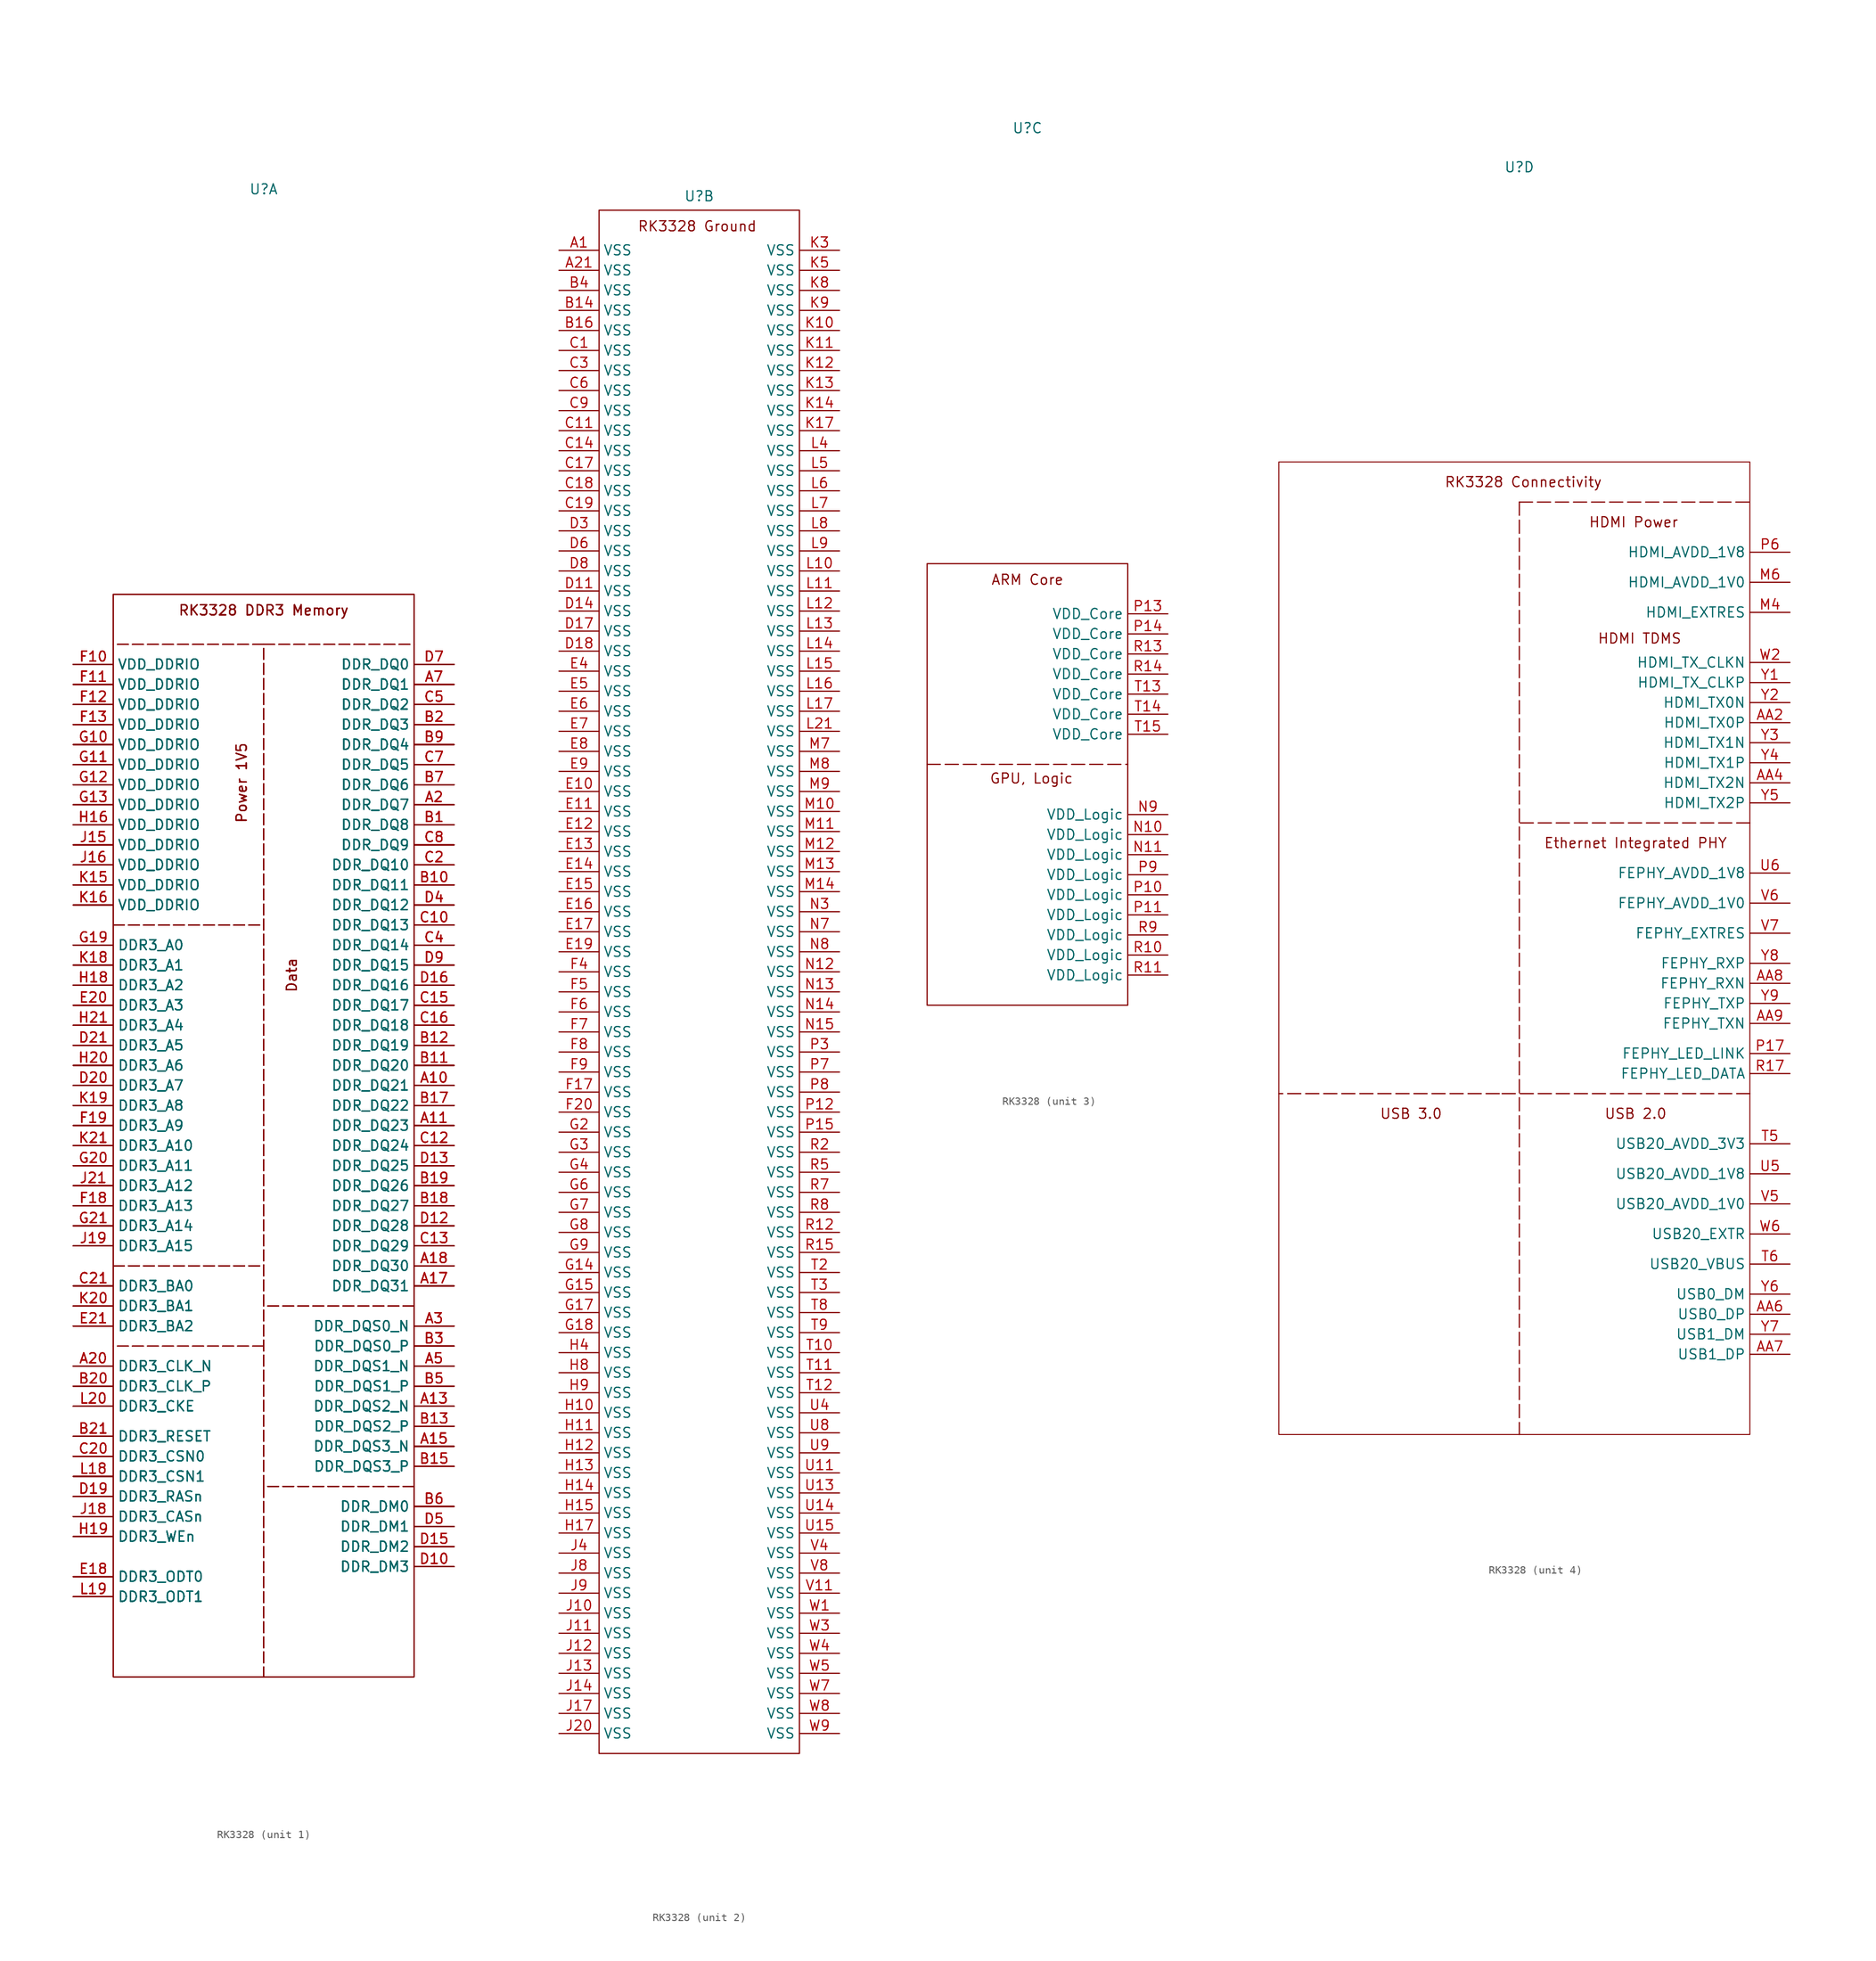
<source format=kicad_sym>
(kicad_symbol_lib
  (version 20231120)
  (generator "kicad_symbol_editor")
  (generator_version "8.0")
  (symbol "RK3328"
    (property "Reference" "U"
      (at 0 93.218 0)
      (effects (font (size 1.27 1.27))))
    (property "Value" ""
      (at 0 53.34 0)
      (effects (font (size 1.27 1.27))))
    (property "ki_locked" ""
      (at 0 0 0)
      (effects (font (size 1.27 1.27))))
    (symbol "RK3328_1_0"
      (pin input line (at 24.13 -20.32 180) (length 5.08) (name "DDR_DQ21" (effects (font (size 1.27 1.27)))) (number "A10" (effects (font (size 1.27 1.27)))))
      (pin input line (at 24.13 -20.32 180) (length 5.08) (name "DDR_DQ21" (effects (font (size 1.27 1.27)))) (number "A10" (effects (font (size 1.27 1.27)))))
      (pin input line (at 24.13 -20.32 180) (length 5.08) (name "DDR_DQ21" (effects (font (size 1.27 1.27)))) (number "A10" (effects (font (size 1.27 1.27)))))
      (pin input line (at 24.13 -20.32 180) (length 5.08) (name "DDR_DQ21" (effects (font (size 1.27 1.27)))) (number "A10" (effects (font (size 1.27 1.27)))))
      (pin input line (at 24.13 -20.32 180) (length 5.08) (name "DDR_DQ21" (effects (font (size 1.27 1.27)))) (number "A10" (effects (font (size 1.27 1.27)))))
      (pin input line (at 24.13 -20.32 180) (length 5.08) (name "DDR_DQ21" (effects (font (size 1.27 1.27)))) (number "A10" (effects (font (size 1.27 1.27)))))
      (pin input line (at 24.13 -25.4 180) (length 5.08) (name "DDR_DQ23" (effects (font (size 1.27 1.27)))) (number "A11" (effects (font (size 1.27 1.27)))))
      (pin input line (at 24.13 -25.4 180) (length 5.08) (name "DDR_DQ23" (effects (font (size 1.27 1.27)))) (number "A11" (effects (font (size 1.27 1.27)))))
      (pin input line (at 24.13 -25.4 180) (length 5.08) (name "DDR_DQ23" (effects (font (size 1.27 1.27)))) (number "A11" (effects (font (size 1.27 1.27)))))
      (pin input line (at 24.13 -25.4 180) (length 5.08) (name "DDR_DQ23" (effects (font (size 1.27 1.27)))) (number "A11" (effects (font (size 1.27 1.27)))))
      (pin input line (at 24.13 -25.4 180) (length 5.08) (name "DDR_DQ23" (effects (font (size 1.27 1.27)))) (number "A11" (effects (font (size 1.27 1.27)))))
      (pin input line (at 24.13 -25.4 180) (length 5.08) (name "DDR_DQ23" (effects (font (size 1.27 1.27)))) (number "A11" (effects (font (size 1.27 1.27)))))
      (pin input line (at 24.13 -45.72 180) (length 5.08) (name "DDR_DQ31" (effects (font (size 1.27 1.27)))) (number "A17" (effects (font (size 1.27 1.27)))))
      (pin input line (at 24.13 -45.72 180) (length 5.08) (name "DDR_DQ31" (effects (font (size 1.27 1.27)))) (number "A17" (effects (font (size 1.27 1.27)))))
      (pin input line (at 24.13 -45.72 180) (length 5.08) (name "DDR_DQ31" (effects (font (size 1.27 1.27)))) (number "A17" (effects (font (size 1.27 1.27)))))
      (pin input line (at 24.13 -45.72 180) (length 5.08) (name "DDR_DQ31" (effects (font (size 1.27 1.27)))) (number "A17" (effects (font (size 1.27 1.27)))))
      (pin input line (at 24.13 -45.72 180) (length 5.08) (name "DDR_DQ31" (effects (font (size 1.27 1.27)))) (number "A17" (effects (font (size 1.27 1.27)))))
      (pin input line (at 24.13 -45.72 180) (length 5.08) (name "DDR_DQ31" (effects (font (size 1.27 1.27)))) (number "A17" (effects (font (size 1.27 1.27)))))
      (pin input line (at 24.13 -43.18 180) (length 5.08) (name "DDR_DQ30" (effects (font (size 1.27 1.27)))) (number "A18" (effects (font (size 1.27 1.27)))))
      (pin input line (at 24.13 -43.18 180) (length 5.08) (name "DDR_DQ30" (effects (font (size 1.27 1.27)))) (number "A18" (effects (font (size 1.27 1.27)))))
      (pin input line (at 24.13 -43.18 180) (length 5.08) (name "DDR_DQ30" (effects (font (size 1.27 1.27)))) (number "A18" (effects (font (size 1.27 1.27)))))
      (pin input line (at 24.13 -43.18 180) (length 5.08) (name "DDR_DQ30" (effects (font (size 1.27 1.27)))) (number "A18" (effects (font (size 1.27 1.27)))))
      (pin input line (at 24.13 -43.18 180) (length 5.08) (name "DDR_DQ30" (effects (font (size 1.27 1.27)))) (number "A18" (effects (font (size 1.27 1.27)))))
      (pin input line (at 24.13 -43.18 180) (length 5.08) (name "DDR_DQ30" (effects (font (size 1.27 1.27)))) (number "A18" (effects (font (size 1.27 1.27)))))
      (pin input line (at 24.13 15.24 180) (length 5.08) (name "DDR_DQ7" (effects (font (size 1.27 1.27)))) (number "A2" (effects (font (size 1.27 1.27)))))
      (pin input line (at 24.13 15.24 180) (length 5.08) (name "DDR_DQ7" (effects (font (size 1.27 1.27)))) (number "A2" (effects (font (size 1.27 1.27)))))
      (pin input line (at 24.13 15.24 180) (length 5.08) (name "DDR_DQ7" (effects (font (size 1.27 1.27)))) (number "A2" (effects (font (size 1.27 1.27)))))
      (pin input line (at 24.13 15.24 180) (length 5.08) (name "DDR_DQ7" (effects (font (size 1.27 1.27)))) (number "A2" (effects (font (size 1.27 1.27)))))
      (pin input line (at 24.13 15.24 180) (length 5.08) (name "DDR_DQ7" (effects (font (size 1.27 1.27)))) (number "A2" (effects (font (size 1.27 1.27)))))
      (pin input line (at 24.13 15.24 180) (length 5.08) (name "DDR_DQ7" (effects (font (size 1.27 1.27)))) (number "A2" (effects (font (size 1.27 1.27)))))
      (pin input line (at 24.13 12.7 180) (length 5.08) (name "DDR_DQ8" (effects (font (size 1.27 1.27)))) (number "B1" (effects (font (size 1.27 1.27)))))
      (pin input line (at 24.13 12.7 180) (length 5.08) (name "DDR_DQ8" (effects (font (size 1.27 1.27)))) (number "B1" (effects (font (size 1.27 1.27)))))
      (pin input line (at 24.13 12.7 180) (length 5.08) (name "DDR_DQ8" (effects (font (size 1.27 1.27)))) (number "B1" (effects (font (size 1.27 1.27)))))
      (pin input line (at 24.13 12.7 180) (length 5.08) (name "DDR_DQ8" (effects (font (size 1.27 1.27)))) (number "B1" (effects (font (size 1.27 1.27)))))
      (pin input line (at 24.13 12.7 180) (length 5.08) (name "DDR_DQ8" (effects (font (size 1.27 1.27)))) (number "B1" (effects (font (size 1.27 1.27)))))
      (pin input line (at 24.13 12.7 180) (length 5.08) (name "DDR_DQ8" (effects (font (size 1.27 1.27)))) (number "B1" (effects (font (size 1.27 1.27)))))
      (pin input line (at 24.13 5.08 180) (length 5.08) (name "DDR_DQ11" (effects (font (size 1.27 1.27)))) (number "B10" (effects (font (size 1.27 1.27)))))
      (pin input line (at 24.13 5.08 180) (length 5.08) (name "DDR_DQ11" (effects (font (size 1.27 1.27)))) (number "B10" (effects (font (size 1.27 1.27)))))
      (pin input line (at 24.13 5.08 180) (length 5.08) (name "DDR_DQ11" (effects (font (size 1.27 1.27)))) (number "B10" (effects (font (size 1.27 1.27)))))
      (pin input line (at 24.13 5.08 180) (length 5.08) (name "DDR_DQ11" (effects (font (size 1.27 1.27)))) (number "B10" (effects (font (size 1.27 1.27)))))
      (pin input line (at 24.13 5.08 180) (length 5.08) (name "DDR_DQ11" (effects (font (size 1.27 1.27)))) (number "B10" (effects (font (size 1.27 1.27)))))
      (pin input line (at 24.13 5.08 180) (length 5.08) (name "DDR_DQ11" (effects (font (size 1.27 1.27)))) (number "B10" (effects (font (size 1.27 1.27)))))
      (pin input line (at 24.13 -17.78 180) (length 5.08) (name "DDR_DQ20" (effects (font (size 1.27 1.27)))) (number "B11" (effects (font (size 1.27 1.27)))))
      (pin input line (at 24.13 -17.78 180) (length 5.08) (name "DDR_DQ20" (effects (font (size 1.27 1.27)))) (number "B11" (effects (font (size 1.27 1.27)))))
      (pin input line (at 24.13 -17.78 180) (length 5.08) (name "DDR_DQ20" (effects (font (size 1.27 1.27)))) (number "B11" (effects (font (size 1.27 1.27)))))
      (pin input line (at 24.13 -17.78 180) (length 5.08) (name "DDR_DQ20" (effects (font (size 1.27 1.27)))) (number "B11" (effects (font (size 1.27 1.27)))))
      (pin input line (at 24.13 -17.78 180) (length 5.08) (name "DDR_DQ20" (effects (font (size 1.27 1.27)))) (number "B11" (effects (font (size 1.27 1.27)))))
      (pin input line (at 24.13 -17.78 180) (length 5.08) (name "DDR_DQ20" (effects (font (size 1.27 1.27)))) (number "B11" (effects (font (size 1.27 1.27)))))
      (pin input line (at 24.13 -15.24 180) (length 5.08) (name "DDR_DQ19" (effects (font (size 1.27 1.27)))) (number "B12" (effects (font (size 1.27 1.27)))))
      (pin input line (at 24.13 -15.24 180) (length 5.08) (name "DDR_DQ19" (effects (font (size 1.27 1.27)))) (number "B12" (effects (font (size 1.27 1.27)))))
      (pin input line (at 24.13 -15.24 180) (length 5.08) (name "DDR_DQ19" (effects (font (size 1.27 1.27)))) (number "B12" (effects (font (size 1.27 1.27)))))
      (pin input line (at 24.13 -15.24 180) (length 5.08) (name "DDR_DQ19" (effects (font (size 1.27 1.27)))) (number "B12" (effects (font (size 1.27 1.27)))))
      (pin input line (at 24.13 -15.24 180) (length 5.08) (name "DDR_DQ19" (effects (font (size 1.27 1.27)))) (number "B12" (effects (font (size 1.27 1.27)))))
      (pin input line (at 24.13 -15.24 180) (length 5.08) (name "DDR_DQ19" (effects (font (size 1.27 1.27)))) (number "B12" (effects (font (size 1.27 1.27)))))
      (pin input line (at 24.13 -22.86 180) (length 5.08) (name "DDR_DQ22" (effects (font (size 1.27 1.27)))) (number "B17" (effects (font (size 1.27 1.27)))))
      (pin input line (at 24.13 -22.86 180) (length 5.08) (name "DDR_DQ22" (effects (font (size 1.27 1.27)))) (number "B17" (effects (font (size 1.27 1.27)))))
      (pin input line (at 24.13 -22.86 180) (length 5.08) (name "DDR_DQ22" (effects (font (size 1.27 1.27)))) (number "B17" (effects (font (size 1.27 1.27)))))
      (pin input line (at 24.13 -22.86 180) (length 5.08) (name "DDR_DQ22" (effects (font (size 1.27 1.27)))) (number "B17" (effects (font (size 1.27 1.27)))))
      (pin input line (at 24.13 -22.86 180) (length 5.08) (name "DDR_DQ22" (effects (font (size 1.27 1.27)))) (number "B17" (effects (font (size 1.27 1.27)))))
      (pin input line (at 24.13 -22.86 180) (length 5.08) (name "DDR_DQ22" (effects (font (size 1.27 1.27)))) (number "B17" (effects (font (size 1.27 1.27)))))
      (pin input line (at 24.13 -35.56 180) (length 5.08) (name "DDR_DQ27" (effects (font (size 1.27 1.27)))) (number "B18" (effects (font (size 1.27 1.27)))))
      (pin input line (at 24.13 -35.56 180) (length 5.08) (name "DDR_DQ27" (effects (font (size 1.27 1.27)))) (number "B18" (effects (font (size 1.27 1.27)))))
      (pin input line (at 24.13 -35.56 180) (length 5.08) (name "DDR_DQ27" (effects (font (size 1.27 1.27)))) (number "B18" (effects (font (size 1.27 1.27)))))
      (pin input line (at 24.13 -35.56 180) (length 5.08) (name "DDR_DQ27" (effects (font (size 1.27 1.27)))) (number "B18" (effects (font (size 1.27 1.27)))))
      (pin input line (at 24.13 -35.56 180) (length 5.08) (name "DDR_DQ27" (effects (font (size 1.27 1.27)))) (number "B18" (effects (font (size 1.27 1.27)))))
      (pin input line (at 24.13 -35.56 180) (length 5.08) (name "DDR_DQ27" (effects (font (size 1.27 1.27)))) (number "B18" (effects (font (size 1.27 1.27)))))
      (pin input line (at 24.13 -33.02 180) (length 5.08) (name "DDR_DQ26" (effects (font (size 1.27 1.27)))) (number "B19" (effects (font (size 1.27 1.27)))))
      (pin input line (at 24.13 -33.02 180) (length 5.08) (name "DDR_DQ26" (effects (font (size 1.27 1.27)))) (number "B19" (effects (font (size 1.27 1.27)))))
      (pin input line (at 24.13 -33.02 180) (length 5.08) (name "DDR_DQ26" (effects (font (size 1.27 1.27)))) (number "B19" (effects (font (size 1.27 1.27)))))
      (pin input line (at 24.13 -33.02 180) (length 5.08) (name "DDR_DQ26" (effects (font (size 1.27 1.27)))) (number "B19" (effects (font (size 1.27 1.27)))))
      (pin input line (at 24.13 -33.02 180) (length 5.08) (name "DDR_DQ26" (effects (font (size 1.27 1.27)))) (number "B19" (effects (font (size 1.27 1.27)))))
      (pin input line (at 24.13 -33.02 180) (length 5.08) (name "DDR_DQ26" (effects (font (size 1.27 1.27)))) (number "B19" (effects (font (size 1.27 1.27)))))
      (pin input line (at 24.13 25.4 180) (length 5.08) (name "DDR_DQ3" (effects (font (size 1.27 1.27)))) (number "B2" (effects (font (size 1.27 1.27)))))
      (pin input line (at 24.13 25.4 180) (length 5.08) (name "DDR_DQ3" (effects (font (size 1.27 1.27)))) (number "B2" (effects (font (size 1.27 1.27)))))
      (pin input line (at 24.13 25.4 180) (length 5.08) (name "DDR_DQ3" (effects (font (size 1.27 1.27)))) (number "B2" (effects (font (size 1.27 1.27)))))
      (pin input line (at 24.13 25.4 180) (length 5.08) (name "DDR_DQ3" (effects (font (size 1.27 1.27)))) (number "B2" (effects (font (size 1.27 1.27)))))
      (pin input line (at 24.13 25.4 180) (length 5.08) (name "DDR_DQ3" (effects (font (size 1.27 1.27)))) (number "B2" (effects (font (size 1.27 1.27)))))
      (pin input line (at 24.13 25.4 180) (length 5.08) (name "DDR_DQ3" (effects (font (size 1.27 1.27)))) (number "B2" (effects (font (size 1.27 1.27)))))
      (pin input line (at 24.13 17.78 180) (length 5.08) (name "DDR_DQ6" (effects (font (size 1.27 1.27)))) (number "B7" (effects (font (size 1.27 1.27)))))
      (pin input line (at 24.13 17.78 180) (length 5.08) (name "DDR_DQ6" (effects (font (size 1.27 1.27)))) (number "B7" (effects (font (size 1.27 1.27)))))
      (pin input line (at 24.13 17.78 180) (length 5.08) (name "DDR_DQ6" (effects (font (size 1.27 1.27)))) (number "B7" (effects (font (size 1.27 1.27)))))
      (pin input line (at 24.13 17.78 180) (length 5.08) (name "DDR_DQ6" (effects (font (size 1.27 1.27)))) (number "B7" (effects (font (size 1.27 1.27)))))
      (pin input line (at 24.13 17.78 180) (length 5.08) (name "DDR_DQ6" (effects (font (size 1.27 1.27)))) (number "B7" (effects (font (size 1.27 1.27)))))
      (pin input line (at 24.13 17.78 180) (length 5.08) (name "DDR_DQ6" (effects (font (size 1.27 1.27)))) (number "B7" (effects (font (size 1.27 1.27)))))
      (pin input line (at 24.13 22.86 180) (length 5.08) (name "DDR_DQ4" (effects (font (size 1.27 1.27)))) (number "B9" (effects (font (size 1.27 1.27)))))
      (pin input line (at 24.13 22.86 180) (length 5.08) (name "DDR_DQ4" (effects (font (size 1.27 1.27)))) (number "B9" (effects (font (size 1.27 1.27)))))
      (pin input line (at 24.13 22.86 180) (length 5.08) (name "DDR_DQ4" (effects (font (size 1.27 1.27)))) (number "B9" (effects (font (size 1.27 1.27)))))
      (pin input line (at 24.13 22.86 180) (length 5.08) (name "DDR_DQ4" (effects (font (size 1.27 1.27)))) (number "B9" (effects (font (size 1.27 1.27)))))
      (pin input line (at 24.13 22.86 180) (length 5.08) (name "DDR_DQ4" (effects (font (size 1.27 1.27)))) (number "B9" (effects (font (size 1.27 1.27)))))
      (pin input line (at 24.13 22.86 180) (length 5.08) (name "DDR_DQ4" (effects (font (size 1.27 1.27)))) (number "B9" (effects (font (size 1.27 1.27)))))
      (pin input line (at 24.13 0 180) (length 5.08) (name "DDR_DQ13" (effects (font (size 1.27 1.27)))) (number "C10" (effects (font (size 1.27 1.27)))))
      (pin input line (at 24.13 0 180) (length 5.08) (name "DDR_DQ13" (effects (font (size 1.27 1.27)))) (number "C10" (effects (font (size 1.27 1.27)))))
      (pin input line (at 24.13 0 180) (length 5.08) (name "DDR_DQ13" (effects (font (size 1.27 1.27)))) (number "C10" (effects (font (size 1.27 1.27)))))
      (pin input line (at 24.13 0 180) (length 5.08) (name "DDR_DQ13" (effects (font (size 1.27 1.27)))) (number "C10" (effects (font (size 1.27 1.27)))))
      (pin input line (at 24.13 0 180) (length 5.08) (name "DDR_DQ13" (effects (font (size 1.27 1.27)))) (number "C10" (effects (font (size 1.27 1.27)))))
      (pin input line (at 24.13 0 180) (length 5.08) (name "DDR_DQ13" (effects (font (size 1.27 1.27)))) (number "C10" (effects (font (size 1.27 1.27)))))
      (pin input line (at 24.13 -27.94 180) (length 5.08) (name "DDR_DQ24" (effects (font (size 1.27 1.27)))) (number "C12" (effects (font (size 1.27 1.27)))))
      (pin input line (at 24.13 -27.94 180) (length 5.08) (name "DDR_DQ24" (effects (font (size 1.27 1.27)))) (number "C12" (effects (font (size 1.27 1.27)))))
      (pin input line (at 24.13 -27.94 180) (length 5.08) (name "DDR_DQ24" (effects (font (size 1.27 1.27)))) (number "C12" (effects (font (size 1.27 1.27)))))
      (pin input line (at 24.13 -27.94 180) (length 5.08) (name "DDR_DQ24" (effects (font (size 1.27 1.27)))) (number "C12" (effects (font (size 1.27 1.27)))))
      (pin input line (at 24.13 -27.94 180) (length 5.08) (name "DDR_DQ24" (effects (font (size 1.27 1.27)))) (number "C12" (effects (font (size 1.27 1.27)))))
      (pin input line (at 24.13 -27.94 180) (length 5.08) (name "DDR_DQ24" (effects (font (size 1.27 1.27)))) (number "C12" (effects (font (size 1.27 1.27)))))
      (pin input line (at 24.13 -40.64 180) (length 5.08) (name "DDR_DQ29" (effects (font (size 1.27 1.27)))) (number "C13" (effects (font (size 1.27 1.27)))))
      (pin input line (at 24.13 -40.64 180) (length 5.08) (name "DDR_DQ29" (effects (font (size 1.27 1.27)))) (number "C13" (effects (font (size 1.27 1.27)))))
      (pin input line (at 24.13 -40.64 180) (length 5.08) (name "DDR_DQ29" (effects (font (size 1.27 1.27)))) (number "C13" (effects (font (size 1.27 1.27)))))
      (pin input line (at 24.13 -40.64 180) (length 5.08) (name "DDR_DQ29" (effects (font (size 1.27 1.27)))) (number "C13" (effects (font (size 1.27 1.27)))))
      (pin input line (at 24.13 -40.64 180) (length 5.08) (name "DDR_DQ29" (effects (font (size 1.27 1.27)))) (number "C13" (effects (font (size 1.27 1.27)))))
      (pin input line (at 24.13 -40.64 180) (length 5.08) (name "DDR_DQ29" (effects (font (size 1.27 1.27)))) (number "C13" (effects (font (size 1.27 1.27)))))
      (pin input line (at 24.13 -10.16 180) (length 5.08) (name "DDR_DQ17" (effects (font (size 1.27 1.27)))) (number "C15" (effects (font (size 1.27 1.27)))))
      (pin input line (at 24.13 -10.16 180) (length 5.08) (name "DDR_DQ17" (effects (font (size 1.27 1.27)))) (number "C15" (effects (font (size 1.27 1.27)))))
      (pin input line (at 24.13 -10.16 180) (length 5.08) (name "DDR_DQ17" (effects (font (size 1.27 1.27)))) (number "C15" (effects (font (size 1.27 1.27)))))
      (pin input line (at 24.13 -10.16 180) (length 5.08) (name "DDR_DQ17" (effects (font (size 1.27 1.27)))) (number "C15" (effects (font (size 1.27 1.27)))))
      (pin input line (at 24.13 -10.16 180) (length 5.08) (name "DDR_DQ17" (effects (font (size 1.27 1.27)))) (number "C15" (effects (font (size 1.27 1.27)))))
      (pin input line (at 24.13 -10.16 180) (length 5.08) (name "DDR_DQ17" (effects (font (size 1.27 1.27)))) (number "C15" (effects (font (size 1.27 1.27)))))
      (pin input line (at 24.13 -12.7 180) (length 5.08) (name "DDR_DQ18" (effects (font (size 1.27 1.27)))) (number "C16" (effects (font (size 1.27 1.27)))))
      (pin input line (at 24.13 -12.7 180) (length 5.08) (name "DDR_DQ18" (effects (font (size 1.27 1.27)))) (number "C16" (effects (font (size 1.27 1.27)))))
      (pin input line (at 24.13 -12.7 180) (length 5.08) (name "DDR_DQ18" (effects (font (size 1.27 1.27)))) (number "C16" (effects (font (size 1.27 1.27)))))
      (pin input line (at 24.13 -12.7 180) (length 5.08) (name "DDR_DQ18" (effects (font (size 1.27 1.27)))) (number "C16" (effects (font (size 1.27 1.27)))))
      (pin input line (at 24.13 -12.7 180) (length 5.08) (name "DDR_DQ18" (effects (font (size 1.27 1.27)))) (number "C16" (effects (font (size 1.27 1.27)))))
      (pin input line (at 24.13 -12.7 180) (length 5.08) (name "DDR_DQ18" (effects (font (size 1.27 1.27)))) (number "C16" (effects (font (size 1.27 1.27)))))
      (pin input line (at 24.13 7.62 180) (length 5.08) (name "DDR_DQ10" (effects (font (size 1.27 1.27)))) (number "C2" (effects (font (size 1.27 1.27)))))
      (pin input line (at 24.13 7.62 180) (length 5.08) (name "DDR_DQ10" (effects (font (size 1.27 1.27)))) (number "C2" (effects (font (size 1.27 1.27)))))
      (pin input line (at 24.13 7.62 180) (length 5.08) (name "DDR_DQ10" (effects (font (size 1.27 1.27)))) (number "C2" (effects (font (size 1.27 1.27)))))
      (pin input line (at 24.13 7.62 180) (length 5.08) (name "DDR_DQ10" (effects (font (size 1.27 1.27)))) (number "C2" (effects (font (size 1.27 1.27)))))
      (pin input line (at 24.13 7.62 180) (length 5.08) (name "DDR_DQ10" (effects (font (size 1.27 1.27)))) (number "C2" (effects (font (size 1.27 1.27)))))
      (pin input line (at 24.13 7.62 180) (length 5.08) (name "DDR_DQ10" (effects (font (size 1.27 1.27)))) (number "C2" (effects (font (size 1.27 1.27)))))
      (pin input line (at 24.13 -2.54 180) (length 5.08) (name "DDR_DQ14" (effects (font (size 1.27 1.27)))) (number "C4" (effects (font (size 1.27 1.27)))))
      (pin input line (at 24.13 -2.54 180) (length 5.08) (name "DDR_DQ14" (effects (font (size 1.27 1.27)))) (number "C4" (effects (font (size 1.27 1.27)))))
      (pin input line (at 24.13 -2.54 180) (length 5.08) (name "DDR_DQ14" (effects (font (size 1.27 1.27)))) (number "C4" (effects (font (size 1.27 1.27)))))
      (pin input line (at 24.13 -2.54 180) (length 5.08) (name "DDR_DQ14" (effects (font (size 1.27 1.27)))) (number "C4" (effects (font (size 1.27 1.27)))))
      (pin input line (at 24.13 -2.54 180) (length 5.08) (name "DDR_DQ14" (effects (font (size 1.27 1.27)))) (number "C4" (effects (font (size 1.27 1.27)))))
      (pin input line (at 24.13 -2.54 180) (length 5.08) (name "DDR_DQ14" (effects (font (size 1.27 1.27)))) (number "C4" (effects (font (size 1.27 1.27)))))
      (pin input line (at 24.13 27.94 180) (length 5.08) (name "DDR_DQ2" (effects (font (size 1.27 1.27)))) (number "C5" (effects (font (size 1.27 1.27)))))
      (pin input line (at 24.13 27.94 180) (length 5.08) (name "DDR_DQ2" (effects (font (size 1.27 1.27)))) (number "C5" (effects (font (size 1.27 1.27)))))
      (pin input line (at 24.13 27.94 180) (length 5.08) (name "DDR_DQ2" (effects (font (size 1.27 1.27)))) (number "C5" (effects (font (size 1.27 1.27)))))
      (pin input line (at 24.13 27.94 180) (length 5.08) (name "DDR_DQ2" (effects (font (size 1.27 1.27)))) (number "C5" (effects (font (size 1.27 1.27)))))
      (pin input line (at 24.13 27.94 180) (length 5.08) (name "DDR_DQ2" (effects (font (size 1.27 1.27)))) (number "C5" (effects (font (size 1.27 1.27)))))
      (pin input line (at 24.13 27.94 180) (length 5.08) (name "DDR_DQ2" (effects (font (size 1.27 1.27)))) (number "C5" (effects (font (size 1.27 1.27)))))
      (pin input line (at 24.13 20.32 180) (length 5.08) (name "DDR_DQ5" (effects (font (size 1.27 1.27)))) (number "C7" (effects (font (size 1.27 1.27)))))
      (pin input line (at 24.13 20.32 180) (length 5.08) (name "DDR_DQ5" (effects (font (size 1.27 1.27)))) (number "C7" (effects (font (size 1.27 1.27)))))
      (pin input line (at 24.13 20.32 180) (length 5.08) (name "DDR_DQ5" (effects (font (size 1.27 1.27)))) (number "C7" (effects (font (size 1.27 1.27)))))
      (pin input line (at 24.13 20.32 180) (length 5.08) (name "DDR_DQ5" (effects (font (size 1.27 1.27)))) (number "C7" (effects (font (size 1.27 1.27)))))
      (pin input line (at 24.13 20.32 180) (length 5.08) (name "DDR_DQ5" (effects (font (size 1.27 1.27)))) (number "C7" (effects (font (size 1.27 1.27)))))
      (pin input line (at 24.13 20.32 180) (length 5.08) (name "DDR_DQ5" (effects (font (size 1.27 1.27)))) (number "C7" (effects (font (size 1.27 1.27)))))
      (pin input line (at 24.13 10.16 180) (length 5.08) (name "DDR_DQ9" (effects (font (size 1.27 1.27)))) (number "C8" (effects (font (size 1.27 1.27)))))
      (pin input line (at 24.13 10.16 180) (length 5.08) (name "DDR_DQ9" (effects (font (size 1.27 1.27)))) (number "C8" (effects (font (size 1.27 1.27)))))
      (pin input line (at 24.13 10.16 180) (length 5.08) (name "DDR_DQ9" (effects (font (size 1.27 1.27)))) (number "C8" (effects (font (size 1.27 1.27)))))
      (pin input line (at 24.13 10.16 180) (length 5.08) (name "DDR_DQ9" (effects (font (size 1.27 1.27)))) (number "C8" (effects (font (size 1.27 1.27)))))
      (pin input line (at 24.13 10.16 180) (length 5.08) (name "DDR_DQ9" (effects (font (size 1.27 1.27)))) (number "C8" (effects (font (size 1.27 1.27)))))
      (pin input line (at 24.13 10.16 180) (length 5.08) (name "DDR_DQ9" (effects (font (size 1.27 1.27)))) (number "C8" (effects (font (size 1.27 1.27)))))
      (pin input line (at 24.13 -38.1 180) (length 5.08) (name "DDR_DQ28" (effects (font (size 1.27 1.27)))) (number "D12" (effects (font (size 1.27 1.27)))))
      (pin input line (at 24.13 -38.1 180) (length 5.08) (name "DDR_DQ28" (effects (font (size 1.27 1.27)))) (number "D12" (effects (font (size 1.27 1.27)))))
      (pin input line (at 24.13 -38.1 180) (length 5.08) (name "DDR_DQ28" (effects (font (size 1.27 1.27)))) (number "D12" (effects (font (size 1.27 1.27)))))
      (pin input line (at 24.13 -38.1 180) (length 5.08) (name "DDR_DQ28" (effects (font (size 1.27 1.27)))) (number "D12" (effects (font (size 1.27 1.27)))))
      (pin input line (at 24.13 -38.1 180) (length 5.08) (name "DDR_DQ28" (effects (font (size 1.27 1.27)))) (number "D12" (effects (font (size 1.27 1.27)))))
      (pin input line (at 24.13 -38.1 180) (length 5.08) (name "DDR_DQ28" (effects (font (size 1.27 1.27)))) (number "D12" (effects (font (size 1.27 1.27)))))
      (pin input line (at 24.13 -30.48 180) (length 5.08) (name "DDR_DQ25" (effects (font (size 1.27 1.27)))) (number "D13" (effects (font (size 1.27 1.27)))))
      (pin input line (at 24.13 -30.48 180) (length 5.08) (name "DDR_DQ25" (effects (font (size 1.27 1.27)))) (number "D13" (effects (font (size 1.27 1.27)))))
      (pin input line (at 24.13 -30.48 180) (length 5.08) (name "DDR_DQ25" (effects (font (size 1.27 1.27)))) (number "D13" (effects (font (size 1.27 1.27)))))
      (pin input line (at 24.13 -30.48 180) (length 5.08) (name "DDR_DQ25" (effects (font (size 1.27 1.27)))) (number "D13" (effects (font (size 1.27 1.27)))))
      (pin input line (at 24.13 -30.48 180) (length 5.08) (name "DDR_DQ25" (effects (font (size 1.27 1.27)))) (number "D13" (effects (font (size 1.27 1.27)))))
      (pin input line (at 24.13 -30.48 180) (length 5.08) (name "DDR_DQ25" (effects (font (size 1.27 1.27)))) (number "D13" (effects (font (size 1.27 1.27)))))
      (pin input line (at 24.13 -7.62 180) (length 5.08) (name "DDR_DQ16" (effects (font (size 1.27 1.27)))) (number "D16" (effects (font (size 1.27 1.27)))))
      (pin input line (at 24.13 -7.62 180) (length 5.08) (name "DDR_DQ16" (effects (font (size 1.27 1.27)))) (number "D16" (effects (font (size 1.27 1.27)))))
      (pin input line (at 24.13 -7.62 180) (length 5.08) (name "DDR_DQ16" (effects (font (size 1.27 1.27)))) (number "D16" (effects (font (size 1.27 1.27)))))
      (pin input line (at 24.13 -7.62 180) (length 5.08) (name "DDR_DQ16" (effects (font (size 1.27 1.27)))) (number "D16" (effects (font (size 1.27 1.27)))))
      (pin input line (at 24.13 -7.62 180) (length 5.08) (name "DDR_DQ16" (effects (font (size 1.27 1.27)))) (number "D16" (effects (font (size 1.27 1.27)))))
      (pin input line (at 24.13 -7.62 180) (length 5.08) (name "DDR_DQ16" (effects (font (size 1.27 1.27)))) (number "D16" (effects (font (size 1.27 1.27)))))
      (pin input line (at 24.13 2.54 180) (length 5.08) (name "DDR_DQ12" (effects (font (size 1.27 1.27)))) (number "D4" (effects (font (size 1.27 1.27)))))
      (pin input line (at 24.13 2.54 180) (length 5.08) (name "DDR_DQ12" (effects (font (size 1.27 1.27)))) (number "D4" (effects (font (size 1.27 1.27)))))
      (pin input line (at 24.13 2.54 180) (length 5.08) (name "DDR_DQ12" (effects (font (size 1.27 1.27)))) (number "D4" (effects (font (size 1.27 1.27)))))
      (pin input line (at 24.13 2.54 180) (length 5.08) (name "DDR_DQ12" (effects (font (size 1.27 1.27)))) (number "D4" (effects (font (size 1.27 1.27)))))
      (pin input line (at 24.13 2.54 180) (length 5.08) (name "DDR_DQ12" (effects (font (size 1.27 1.27)))) (number "D4" (effects (font (size 1.27 1.27)))))
      (pin input line (at 24.13 2.54 180) (length 5.08) (name "DDR_DQ12" (effects (font (size 1.27 1.27)))) (number "D4" (effects (font (size 1.27 1.27)))))
      (pin input line (at 24.13 33.02 180) (length 5.08) (name "DDR_DQ0" (effects (font (size 1.27 1.27)))) (number "D7" (effects (font (size 1.27 1.27)))))
      (pin input line (at 24.13 33.02 180) (length 5.08) (name "DDR_DQ0" (effects (font (size 1.27 1.27)))) (number "D7" (effects (font (size 1.27 1.27)))))
      (pin input line (at 24.13 33.02 180) (length 5.08) (name "DDR_DQ0" (effects (font (size 1.27 1.27)))) (number "D7" (effects (font (size 1.27 1.27)))))
      (pin input line (at 24.13 33.02 180) (length 5.08) (name "DDR_DQ0" (effects (font (size 1.27 1.27)))) (number "D7" (effects (font (size 1.27 1.27)))))
      (pin input line (at 24.13 33.02 180) (length 5.08) (name "DDR_DQ0" (effects (font (size 1.27 1.27)))) (number "D7" (effects (font (size 1.27 1.27)))))
      (pin input line (at 24.13 33.02 180) (length 5.08) (name "DDR_DQ0" (effects (font (size 1.27 1.27)))) (number "D7" (effects (font (size 1.27 1.27)))))
      (pin input line (at 24.13 -5.08 180) (length 5.08) (name "DDR_DQ15" (effects (font (size 1.27 1.27)))) (number "D9" (effects (font (size 1.27 1.27)))))
      (pin input line (at 24.13 -5.08 180) (length 5.08) (name "DDR_DQ15" (effects (font (size 1.27 1.27)))) (number "D9" (effects (font (size 1.27 1.27)))))
      (pin input line (at 24.13 -5.08 180) (length 5.08) (name "DDR_DQ15" (effects (font (size 1.27 1.27)))) (number "D9" (effects (font (size 1.27 1.27)))))
      (pin input line (at 24.13 -5.08 180) (length 5.08) (name "DDR_DQ15" (effects (font (size 1.27 1.27)))) (number "D9" (effects (font (size 1.27 1.27)))))
      (pin input line (at 24.13 -5.08 180) (length 5.08) (name "DDR_DQ15" (effects (font (size 1.27 1.27)))) (number "D9" (effects (font (size 1.27 1.27)))))
      (pin input line (at 24.13 -5.08 180) (length 5.08) (name "DDR_DQ15" (effects (font (size 1.27 1.27)))) (number "D9" (effects (font (size 1.27 1.27))))))
    (symbol "RK3328_1_1"
      (rectangle (start -19.05 41.91) (end 19.05 -95.25) (stroke (width 0.127) (type default)) (fill (type none)))
      (rectangle (start -19.05 41.91) (end 19.05 -95.25) (stroke (width 0.127) (type default)) (fill (type none)))
      (rectangle (start -19.05 41.91) (end 19.05 -95.25) (stroke (width 0.127) (type default)) (fill (type none)))
      (rectangle (start -19.05 41.91) (end 19.05 -95.25) (stroke (width 0.127) (type default)) (fill (type none)))
      (rectangle (start -19.05 41.91) (end 19.05 -95.25) (stroke (width 0.127) (type default)) (fill (type none)))
      (rectangle (start -19.05 41.91) (end 19.05 -95.25) (stroke (width 0.127) (type default)) (fill (type none)))
      (polyline (pts (xy -19.05 -43.18) (xy 0 -43.18)) (stroke (width 0.127) (type dash)) (fill (type none)))
      (polyline (pts (xy -19.05 -43.18) (xy 0 -43.18)) (stroke (width 0.127) (type dash)) (fill (type none)))
      (polyline (pts (xy -19.05 -43.18) (xy 0 -43.18)) (stroke (width 0.127) (type dash)) (fill (type none)))
      (polyline (pts (xy -19.05 -43.18) (xy 0 -43.18)) (stroke (width 0.127) (type dash)) (fill (type none)))
      (polyline (pts (xy -19.05 -43.18) (xy 0 -43.18)) (stroke (width 0.127) (type dash)) (fill (type none)))
      (polyline (pts (xy -19.05 -43.18) (xy 0 -43.18)) (stroke (width 0.127) (type dash)) (fill (type none)))
      (polyline (pts (xy -19.05 0) (xy 0 0)) (stroke (width 0.127) (type dash)) (fill (type none)))
      (polyline (pts (xy -19.05 0) (xy 0 0)) (stroke (width 0.127) (type dash)) (fill (type none)))
      (polyline (pts (xy -19.05 0) (xy 0 0)) (stroke (width 0.127) (type dash)) (fill (type none)))
      (polyline (pts (xy -19.05 0) (xy 0 0)) (stroke (width 0.127) (type dash)) (fill (type none)))
      (polyline (pts (xy -19.05 0) (xy 0 0)) (stroke (width 0.127) (type dash)) (fill (type none)))
      (polyline (pts (xy -19.05 0) (xy 0 0)) (stroke (width 0.127) (type dash)) (fill (type none)))
      (polyline (pts (xy 0 -71.12) (xy 0 -95.25)) (stroke (width 0.127) (type dash)) (fill (type none)))
      (polyline (pts (xy 0 -71.12) (xy 0 -95.25)) (stroke (width 0.127) (type dash)) (fill (type none)))
      (polyline (pts (xy 0 -71.12) (xy 0 -95.25)) (stroke (width 0.127) (type dash)) (fill (type none)))
      (polyline (pts (xy 0 -71.12) (xy 0 -95.25)) (stroke (width 0.127) (type dash)) (fill (type none)))
      (polyline (pts (xy 0 -71.12) (xy 0 -95.25)) (stroke (width 0.127) (type dash)) (fill (type none)))
      (polyline (pts (xy 0 -71.12) (xy 0 -95.25)) (stroke (width 0.127) (type dash)) (fill (type none)))
      (polyline (pts (xy 0 -53.34) (xy -19.05 -53.34)) (stroke (width 0.127) (type dash)) (fill (type none)))
      (polyline (pts (xy 0 -53.34) (xy -19.05 -53.34)) (stroke (width 0.127) (type dash)) (fill (type none)))
      (polyline (pts (xy 0 -53.34) (xy -19.05 -53.34)) (stroke (width 0.127) (type dash)) (fill (type none)))
      (polyline (pts (xy 0 -53.34) (xy -19.05 -53.34)) (stroke (width 0.127) (type dash)) (fill (type none)))
      (polyline (pts (xy 0 -53.34) (xy -19.05 -53.34)) (stroke (width 0.127) (type dash)) (fill (type none)))
      (polyline (pts (xy 0 -53.34) (xy -19.05 -53.34)) (stroke (width 0.127) (type dash)) (fill (type none)))
      (polyline (pts (xy 0 35.56) (xy -19.05 35.56)) (stroke (width 0.127) (type dash)) (fill (type none)))
      (polyline (pts (xy 0 35.56) (xy -19.05 35.56)) (stroke (width 0.127) (type dash)) (fill (type none)))
      (polyline (pts (xy 0 35.56) (xy -19.05 35.56)) (stroke (width 0.127) (type dash)) (fill (type none)))
      (polyline (pts (xy 0 35.56) (xy -19.05 35.56)) (stroke (width 0.127) (type dash)) (fill (type none)))
      (polyline (pts (xy 0 35.56) (xy -19.05 35.56)) (stroke (width 0.127) (type dash)) (fill (type none)))
      (polyline (pts (xy 0 35.56) (xy -19.05 35.56)) (stroke (width 0.127) (type dash)) (fill (type none)))
      (polyline (pts (xy 19.05 -71.12) (xy 0 -71.12) (xy 0 -48.26)) (stroke (width 0.127) (type dash)) (fill (type none)))
      (polyline (pts (xy 19.05 -71.12) (xy 0 -71.12) (xy 0 -48.26)) (stroke (width 0.127) (type dash)) (fill (type none)))
      (polyline (pts (xy 19.05 -71.12) (xy 0 -71.12) (xy 0 -48.26)) (stroke (width 0.127) (type dash)) (fill (type none)))
      (polyline (pts (xy 19.05 -71.12) (xy 0 -71.12) (xy 0 -48.26)) (stroke (width 0.127) (type dash)) (fill (type none)))
      (polyline (pts (xy 19.05 -71.12) (xy 0 -71.12) (xy 0 -48.26)) (stroke (width 0.127) (type dash)) (fill (type none)))
      (polyline (pts (xy 19.05 -71.12) (xy 0 -71.12) (xy 0 -48.26)) (stroke (width 0.127) (type dash)) (fill (type none)))
      (polyline (pts (xy 19.05 -48.26) (xy 0 -48.26) (xy 0 35.56) (xy 19.05 35.56)) (stroke (width 0.127) (type dash)) (fill (type none)))
      (polyline (pts (xy 19.05 -48.26) (xy 0 -48.26) (xy 0 35.56) (xy 19.05 35.56)) (stroke (width 0.127) (type dash)) (fill (type none)))
      (polyline (pts (xy 19.05 -48.26) (xy 0 -48.26) (xy 0 35.56) (xy 19.05 35.56)) (stroke (width 0.127) (type dash)) (fill (type none)))
      (polyline (pts (xy 19.05 -48.26) (xy 0 -48.26) (xy 0 35.56) (xy 19.05 35.56)) (stroke (width 0.127) (type dash)) (fill (type none)))
      (polyline (pts (xy 19.05 -48.26) (xy 0 -48.26) (xy 0 35.56) (xy 19.05 35.56)) (stroke (width 0.127) (type dash)) (fill (type none)))
      (polyline (pts (xy 19.05 -48.26) (xy 0 -48.26) (xy 0 35.56) (xy 19.05 35.56)) (stroke (width 0.127) (type dash)) (fill (type none)))
      (text "Data" (at 3.556 -6.35 900) (effects (font (size 1.27 1.27))))
      (text "Data" (at 3.556 -6.35 900) (effects (font (size 1.27 1.27))))
      (text "Data" (at 3.556 -6.35 900) (effects (font (size 1.27 1.27))))
      (text "Data" (at 3.556 -6.35 900) (effects (font (size 1.27 1.27))))
      (text "Data" (at 3.556 -6.35 900) (effects (font (size 1.27 1.27))))
      (text "Data" (at 3.556 -6.35 900) (effects (font (size 1.27 1.27))))
      (text "Power 1V5" (at -2.794 18.034 900) (effects (font (size 1.27 1.27))))
      (text "Power 1V5" (at -2.794 18.034 900) (effects (font (size 1.27 1.27))))
      (text "Power 1V5" (at -2.794 18.034 900) (effects (font (size 1.27 1.27))))
      (text "Power 1V5" (at -2.794 18.034 900) (effects (font (size 1.27 1.27))))
      (text "Power 1V5" (at -2.794 18.034 900) (effects (font (size 1.27 1.27))))
      (text "Power 1V5" (at -2.794 18.034 900) (effects (font (size 1.27 1.27))))
      (text "RK3328 DDR3 Memory" (at 0 39.878 0) (effects (font (size 1.27 1.27))))
      (text "RK3328 DDR3 Memory" (at 0 39.878 0) (effects (font (size 1.27 1.27))))
      (text "RK3328 DDR3 Memory" (at 0 39.878 0) (effects (font (size 1.27 1.27))))
      (text "RK3328 DDR3 Memory" (at 0 39.878 0) (effects (font (size 1.27 1.27))))
      (text "RK3328 DDR3 Memory" (at 0 39.878 0) (effects (font (size 1.27 1.27))))
      (text "RK3328 DDR3 Memory" (at 0 39.878 0) (effects (font (size 1.27 1.27))))
      (pin input line (at 24.13 -60.96 180) (length 5.08) (name "DDR_DQS2_N" (effects (font (size 1.27 1.27)))) (number "A13" (effects (font (size 1.27 1.27)))))
      (pin input line (at 24.13 -60.96 180) (length 5.08) (name "DDR_DQS2_N" (effects (font (size 1.27 1.27)))) (number "A13" (effects (font (size 1.27 1.27)))))
      (pin input line (at 24.13 -60.96 180) (length 5.08) (name "DDR_DQS2_N" (effects (font (size 1.27 1.27)))) (number "A13" (effects (font (size 1.27 1.27)))))
      (pin input line (at 24.13 -60.96 180) (length 5.08) (name "DDR_DQS2_N" (effects (font (size 1.27 1.27)))) (number "A13" (effects (font (size 1.27 1.27)))))
      (pin input line (at 24.13 -60.96 180) (length 5.08) (name "DDR_DQS2_N" (effects (font (size 1.27 1.27)))) (number "A13" (effects (font (size 1.27 1.27)))))
      (pin input line (at 24.13 -60.96 180) (length 5.08) (name "DDR_DQS2_N" (effects (font (size 1.27 1.27)))) (number "A13" (effects (font (size 1.27 1.27)))))
      (pin input line (at 24.13 -66.04 180) (length 5.08) (name "DDR_DQS3_N" (effects (font (size 1.27 1.27)))) (number "A15" (effects (font (size 1.27 1.27)))))
      (pin input line (at 24.13 -66.04 180) (length 5.08) (name "DDR_DQS3_N" (effects (font (size 1.27 1.27)))) (number "A15" (effects (font (size 1.27 1.27)))))
      (pin input line (at 24.13 -66.04 180) (length 5.08) (name "DDR_DQS3_N" (effects (font (size 1.27 1.27)))) (number "A15" (effects (font (size 1.27 1.27)))))
      (pin input line (at 24.13 -66.04 180) (length 5.08) (name "DDR_DQS3_N" (effects (font (size 1.27 1.27)))) (number "A15" (effects (font (size 1.27 1.27)))))
      (pin input line (at 24.13 -66.04 180) (length 5.08) (name "DDR_DQS3_N" (effects (font (size 1.27 1.27)))) (number "A15" (effects (font (size 1.27 1.27)))))
      (pin input line (at 24.13 -66.04 180) (length 5.08) (name "DDR_DQS3_N" (effects (font (size 1.27 1.27)))) (number "A15" (effects (font (size 1.27 1.27)))))
      (pin input line (at -24.13 -55.88 0) (length 5.08) (name "DDR3_CLK_N" (effects (font (size 1.27 1.27)))) (number "A20" (effects (font (size 1.27 1.27)))))
      (pin input line (at -24.13 -55.88 0) (length 5.08) (name "DDR3_CLK_N" (effects (font (size 1.27 1.27)))) (number "A20" (effects (font (size 1.27 1.27)))))
      (pin input line (at -24.13 -55.88 0) (length 5.08) (name "DDR3_CLK_N" (effects (font (size 1.27 1.27)))) (number "A20" (effects (font (size 1.27 1.27)))))
      (pin input line (at -24.13 -55.88 0) (length 5.08) (name "DDR3_CLK_N" (effects (font (size 1.27 1.27)))) (number "A20" (effects (font (size 1.27 1.27)))))
      (pin input line (at -24.13 -55.88 0) (length 5.08) (name "DDR3_CLK_N" (effects (font (size 1.27 1.27)))) (number "A20" (effects (font (size 1.27 1.27)))))
      (pin input line (at -24.13 -55.88 0) (length 5.08) (name "DDR3_CLK_N" (effects (font (size 1.27 1.27)))) (number "A20" (effects (font (size 1.27 1.27)))))
      (pin input line (at 24.13 -50.8 180) (length 5.08) (name "DDR_DQS0_N" (effects (font (size 1.27 1.27)))) (number "A3" (effects (font (size 1.27 1.27)))))
      (pin input line (at 24.13 -50.8 180) (length 5.08) (name "DDR_DQS0_N" (effects (font (size 1.27 1.27)))) (number "A3" (effects (font (size 1.27 1.27)))))
      (pin input line (at 24.13 -50.8 180) (length 5.08) (name "DDR_DQS0_N" (effects (font (size 1.27 1.27)))) (number "A3" (effects (font (size 1.27 1.27)))))
      (pin input line (at 24.13 -50.8 180) (length 5.08) (name "DDR_DQS0_N" (effects (font (size 1.27 1.27)))) (number "A3" (effects (font (size 1.27 1.27)))))
      (pin input line (at 24.13 -50.8 180) (length 5.08) (name "DDR_DQS0_N" (effects (font (size 1.27 1.27)))) (number "A3" (effects (font (size 1.27 1.27)))))
      (pin input line (at 24.13 -50.8 180) (length 5.08) (name "DDR_DQS0_N" (effects (font (size 1.27 1.27)))) (number "A3" (effects (font (size 1.27 1.27)))))
      (pin input line (at 24.13 -55.88 180) (length 5.08) (name "DDR_DQS1_N" (effects (font (size 1.27 1.27)))) (number "A5" (effects (font (size 1.27 1.27)))))
      (pin input line (at 24.13 -55.88 180) (length 5.08) (name "DDR_DQS1_N" (effects (font (size 1.27 1.27)))) (number "A5" (effects (font (size 1.27 1.27)))))
      (pin input line (at 24.13 -55.88 180) (length 5.08) (name "DDR_DQS1_N" (effects (font (size 1.27 1.27)))) (number "A5" (effects (font (size 1.27 1.27)))))
      (pin input line (at 24.13 -55.88 180) (length 5.08) (name "DDR_DQS1_N" (effects (font (size 1.27 1.27)))) (number "A5" (effects (font (size 1.27 1.27)))))
      (pin input line (at 24.13 -55.88 180) (length 5.08) (name "DDR_DQS1_N" (effects (font (size 1.27 1.27)))) (number "A5" (effects (font (size 1.27 1.27)))))
      (pin input line (at 24.13 -55.88 180) (length 5.08) (name "DDR_DQS1_N" (effects (font (size 1.27 1.27)))) (number "A5" (effects (font (size 1.27 1.27)))))
      (pin input line (at 24.13 30.48 180) (length 5.08) (name "DDR_DQ1" (effects (font (size 1.27 1.27)))) (number "A7" (effects (font (size 1.27 1.27)))))
      (pin input line (at 24.13 30.48 180) (length 5.08) (name "DDR_DQ1" (effects (font (size 1.27 1.27)))) (number "A7" (effects (font (size 1.27 1.27)))))
      (pin input line (at 24.13 30.48 180) (length 5.08) (name "DDR_DQ1" (effects (font (size 1.27 1.27)))) (number "A7" (effects (font (size 1.27 1.27)))))
      (pin input line (at 24.13 30.48 180) (length 5.08) (name "DDR_DQ1" (effects (font (size 1.27 1.27)))) (number "A7" (effects (font (size 1.27 1.27)))))
      (pin input line (at 24.13 30.48 180) (length 5.08) (name "DDR_DQ1" (effects (font (size 1.27 1.27)))) (number "A7" (effects (font (size 1.27 1.27)))))
      (pin input line (at 24.13 30.48 180) (length 5.08) (name "DDR_DQ1" (effects (font (size 1.27 1.27)))) (number "A7" (effects (font (size 1.27 1.27)))))
      (pin input line (at 24.13 -63.5 180) (length 5.08) (name "DDR_DQS2_P" (effects (font (size 1.27 1.27)))) (number "B13" (effects (font (size 1.27 1.27)))))
      (pin input line (at 24.13 -63.5 180) (length 5.08) (name "DDR_DQS2_P" (effects (font (size 1.27 1.27)))) (number "B13" (effects (font (size 1.27 1.27)))))
      (pin input line (at 24.13 -63.5 180) (length 5.08) (name "DDR_DQS2_P" (effects (font (size 1.27 1.27)))) (number "B13" (effects (font (size 1.27 1.27)))))
      (pin input line (at 24.13 -63.5 180) (length 5.08) (name "DDR_DQS2_P" (effects (font (size 1.27 1.27)))) (number "B13" (effects (font (size 1.27 1.27)))))
      (pin input line (at 24.13 -63.5 180) (length 5.08) (name "DDR_DQS2_P" (effects (font (size 1.27 1.27)))) (number "B13" (effects (font (size 1.27 1.27)))))
      (pin input line (at 24.13 -63.5 180) (length 5.08) (name "DDR_DQS2_P" (effects (font (size 1.27 1.27)))) (number "B13" (effects (font (size 1.27 1.27)))))
      (pin input line (at 24.13 -68.58 180) (length 5.08) (name "DDR_DQS3_P" (effects (font (size 1.27 1.27)))) (number "B15" (effects (font (size 1.27 1.27)))))
      (pin input line (at 24.13 -68.58 180) (length 5.08) (name "DDR_DQS3_P" (effects (font (size 1.27 1.27)))) (number "B15" (effects (font (size 1.27 1.27)))))
      (pin input line (at 24.13 -68.58 180) (length 5.08) (name "DDR_DQS3_P" (effects (font (size 1.27 1.27)))) (number "B15" (effects (font (size 1.27 1.27)))))
      (pin input line (at 24.13 -68.58 180) (length 5.08) (name "DDR_DQS3_P" (effects (font (size 1.27 1.27)))) (number "B15" (effects (font (size 1.27 1.27)))))
      (pin input line (at 24.13 -68.58 180) (length 5.08) (name "DDR_DQS3_P" (effects (font (size 1.27 1.27)))) (number "B15" (effects (font (size 1.27 1.27)))))
      (pin input line (at 24.13 -68.58 180) (length 5.08) (name "DDR_DQS3_P" (effects (font (size 1.27 1.27)))) (number "B15" (effects (font (size 1.27 1.27)))))
      (pin input line (at -24.13 -58.42 0) (length 5.08) (name "DDR3_CLK_P" (effects (font (size 1.27 1.27)))) (number "B20" (effects (font (size 1.27 1.27)))))
      (pin input line (at -24.13 -58.42 0) (length 5.08) (name "DDR3_CLK_P" (effects (font (size 1.27 1.27)))) (number "B20" (effects (font (size 1.27 1.27)))))
      (pin input line (at -24.13 -58.42 0) (length 5.08) (name "DDR3_CLK_P" (effects (font (size 1.27 1.27)))) (number "B20" (effects (font (size 1.27 1.27)))))
      (pin input line (at -24.13 -58.42 0) (length 5.08) (name "DDR3_CLK_P" (effects (font (size 1.27 1.27)))) (number "B20" (effects (font (size 1.27 1.27)))))
      (pin input line (at -24.13 -58.42 0) (length 5.08) (name "DDR3_CLK_P" (effects (font (size 1.27 1.27)))) (number "B20" (effects (font (size 1.27 1.27)))))
      (pin input line (at -24.13 -58.42 0) (length 5.08) (name "DDR3_CLK_P" (effects (font (size 1.27 1.27)))) (number "B20" (effects (font (size 1.27 1.27)))))
      (pin input line (at -24.13 -64.77 0) (length 5.08) (name "DDR3_RESET" (effects (font (size 1.27 1.27)))) (number "B21" (effects (font (size 1.27 1.27)))))
      (pin input line (at -24.13 -64.77 0) (length 5.08) (name "DDR3_RESET" (effects (font (size 1.27 1.27)))) (number "B21" (effects (font (size 1.27 1.27)))))
      (pin input line (at -24.13 -64.77 0) (length 5.08) (name "DDR3_RESET" (effects (font (size 1.27 1.27)))) (number "B21" (effects (font (size 1.27 1.27)))))
      (pin input line (at -24.13 -64.77 0) (length 5.08) (name "DDR3_RESET" (effects (font (size 1.27 1.27)))) (number "B21" (effects (font (size 1.27 1.27)))))
      (pin input line (at -24.13 -64.77 0) (length 5.08) (name "DDR3_RESET" (effects (font (size 1.27 1.27)))) (number "B21" (effects (font (size 1.27 1.27)))))
      (pin input line (at -24.13 -64.77 0) (length 5.08) (name "DDR3_RESET" (effects (font (size 1.27 1.27)))) (number "B21" (effects (font (size 1.27 1.27)))))
      (pin input line (at 24.13 -53.34 180) (length 5.08) (name "DDR_DQS0_P" (effects (font (size 1.27 1.27)))) (number "B3" (effects (font (size 1.27 1.27)))))
      (pin input line (at 24.13 -53.34 180) (length 5.08) (name "DDR_DQS0_P" (effects (font (size 1.27 1.27)))) (number "B3" (effects (font (size 1.27 1.27)))))
      (pin input line (at 24.13 -53.34 180) (length 5.08) (name "DDR_DQS0_P" (effects (font (size 1.27 1.27)))) (number "B3" (effects (font (size 1.27 1.27)))))
      (pin input line (at 24.13 -53.34 180) (length 5.08) (name "DDR_DQS0_P" (effects (font (size 1.27 1.27)))) (number "B3" (effects (font (size 1.27 1.27)))))
      (pin input line (at 24.13 -53.34 180) (length 5.08) (name "DDR_DQS0_P" (effects (font (size 1.27 1.27)))) (number "B3" (effects (font (size 1.27 1.27)))))
      (pin input line (at 24.13 -53.34 180) (length 5.08) (name "DDR_DQS0_P" (effects (font (size 1.27 1.27)))) (number "B3" (effects (font (size 1.27 1.27)))))
      (pin input line (at 24.13 -58.42 180) (length 5.08) (name "DDR_DQS1_P" (effects (font (size 1.27 1.27)))) (number "B5" (effects (font (size 1.27 1.27)))))
      (pin input line (at 24.13 -58.42 180) (length 5.08) (name "DDR_DQS1_P" (effects (font (size 1.27 1.27)))) (number "B5" (effects (font (size 1.27 1.27)))))
      (pin input line (at 24.13 -58.42 180) (length 5.08) (name "DDR_DQS1_P" (effects (font (size 1.27 1.27)))) (number "B5" (effects (font (size 1.27 1.27)))))
      (pin input line (at 24.13 -58.42 180) (length 5.08) (name "DDR_DQS1_P" (effects (font (size 1.27 1.27)))) (number "B5" (effects (font (size 1.27 1.27)))))
      (pin input line (at 24.13 -58.42 180) (length 5.08) (name "DDR_DQS1_P" (effects (font (size 1.27 1.27)))) (number "B5" (effects (font (size 1.27 1.27)))))
      (pin input line (at 24.13 -58.42 180) (length 5.08) (name "DDR_DQS1_P" (effects (font (size 1.27 1.27)))) (number "B5" (effects (font (size 1.27 1.27)))))
      (pin input line (at 24.13 -73.66 180) (length 5.08) (name "DDR_DM0" (effects (font (size 1.27 1.27)))) (number "B6" (effects (font (size 1.27 1.27)))))
      (pin input line (at 24.13 -73.66 180) (length 5.08) (name "DDR_DM0" (effects (font (size 1.27 1.27)))) (number "B6" (effects (font (size 1.27 1.27)))))
      (pin input line (at 24.13 -73.66 180) (length 5.08) (name "DDR_DM0" (effects (font (size 1.27 1.27)))) (number "B6" (effects (font (size 1.27 1.27)))))
      (pin input line (at 24.13 -73.66 180) (length 5.08) (name "DDR_DM0" (effects (font (size 1.27 1.27)))) (number "B6" (effects (font (size 1.27 1.27)))))
      (pin input line (at 24.13 -73.66 180) (length 5.08) (name "DDR_DM0" (effects (font (size 1.27 1.27)))) (number "B6" (effects (font (size 1.27 1.27)))))
      (pin input line (at 24.13 -73.66 180) (length 5.08) (name "DDR_DM0" (effects (font (size 1.27 1.27)))) (number "B6" (effects (font (size 1.27 1.27)))))
      (pin input line (at -24.13 -67.31 0) (length 5.08) (name "DDR3_CSN0" (effects (font (size 1.27 1.27)))) (number "C20" (effects (font (size 1.27 1.27)))))
      (pin input line (at -24.13 -67.31 0) (length 5.08) (name "DDR3_CSN0" (effects (font (size 1.27 1.27)))) (number "C20" (effects (font (size 1.27 1.27)))))
      (pin input line (at -24.13 -67.31 0) (length 5.08) (name "DDR3_CSN0" (effects (font (size 1.27 1.27)))) (number "C20" (effects (font (size 1.27 1.27)))))
      (pin input line (at -24.13 -67.31 0) (length 5.08) (name "DDR3_CSN0" (effects (font (size 1.27 1.27)))) (number "C20" (effects (font (size 1.27 1.27)))))
      (pin input line (at -24.13 -67.31 0) (length 5.08) (name "DDR3_CSN0" (effects (font (size 1.27 1.27)))) (number "C20" (effects (font (size 1.27 1.27)))))
      (pin input line (at -24.13 -67.31 0) (length 5.08) (name "DDR3_CSN0" (effects (font (size 1.27 1.27)))) (number "C20" (effects (font (size 1.27 1.27)))))
      (pin input line (at -24.13 -45.72 0) (length 5.08) (name "DDR3_BA0" (effects (font (size 1.27 1.27)))) (number "C21" (effects (font (size 1.27 1.27)))))
      (pin input line (at -24.13 -45.72 0) (length 5.08) (name "DDR3_BA0" (effects (font (size 1.27 1.27)))) (number "C21" (effects (font (size 1.27 1.27)))))
      (pin input line (at -24.13 -45.72 0) (length 5.08) (name "DDR3_BA0" (effects (font (size 1.27 1.27)))) (number "C21" (effects (font (size 1.27 1.27)))))
      (pin input line (at -24.13 -45.72 0) (length 5.08) (name "DDR3_BA0" (effects (font (size 1.27 1.27)))) (number "C21" (effects (font (size 1.27 1.27)))))
      (pin input line (at -24.13 -45.72 0) (length 5.08) (name "DDR3_BA0" (effects (font (size 1.27 1.27)))) (number "C21" (effects (font (size 1.27 1.27)))))
      (pin input line (at -24.13 -45.72 0) (length 5.08) (name "DDR3_BA0" (effects (font (size 1.27 1.27)))) (number "C21" (effects (font (size 1.27 1.27)))))
      (pin input line (at 24.13 -81.28 180) (length 5.08) (name "DDR_DM3" (effects (font (size 1.27 1.27)))) (number "D10" (effects (font (size 1.27 1.27)))))
      (pin input line (at 24.13 -81.28 180) (length 5.08) (name "DDR_DM3" (effects (font (size 1.27 1.27)))) (number "D10" (effects (font (size 1.27 1.27)))))
      (pin input line (at 24.13 -81.28 180) (length 5.08) (name "DDR_DM3" (effects (font (size 1.27 1.27)))) (number "D10" (effects (font (size 1.27 1.27)))))
      (pin input line (at 24.13 -81.28 180) (length 5.08) (name "DDR_DM3" (effects (font (size 1.27 1.27)))) (number "D10" (effects (font (size 1.27 1.27)))))
      (pin input line (at 24.13 -81.28 180) (length 5.08) (name "DDR_DM3" (effects (font (size 1.27 1.27)))) (number "D10" (effects (font (size 1.27 1.27)))))
      (pin input line (at 24.13 -81.28 180) (length 5.08) (name "DDR_DM3" (effects (font (size 1.27 1.27)))) (number "D10" (effects (font (size 1.27 1.27)))))
      (pin input line (at 24.13 -78.74 180) (length 5.08) (name "DDR_DM2" (effects (font (size 1.27 1.27)))) (number "D15" (effects (font (size 1.27 1.27)))))
      (pin input line (at 24.13 -78.74 180) (length 5.08) (name "DDR_DM2" (effects (font (size 1.27 1.27)))) (number "D15" (effects (font (size 1.27 1.27)))))
      (pin input line (at 24.13 -78.74 180) (length 5.08) (name "DDR_DM2" (effects (font (size 1.27 1.27)))) (number "D15" (effects (font (size 1.27 1.27)))))
      (pin input line (at 24.13 -78.74 180) (length 5.08) (name "DDR_DM2" (effects (font (size 1.27 1.27)))) (number "D15" (effects (font (size 1.27 1.27)))))
      (pin input line (at 24.13 -78.74 180) (length 5.08) (name "DDR_DM2" (effects (font (size 1.27 1.27)))) (number "D15" (effects (font (size 1.27 1.27)))))
      (pin input line (at 24.13 -78.74 180) (length 5.08) (name "DDR_DM2" (effects (font (size 1.27 1.27)))) (number "D15" (effects (font (size 1.27 1.27)))))
      (pin input line (at -24.13 -72.39 0) (length 5.08) (name "DDR3_RASn" (effects (font (size 1.27 1.27)))) (number "D19" (effects (font (size 1.27 1.27)))))
      (pin input line (at -24.13 -72.39 0) (length 5.08) (name "DDR3_RASn" (effects (font (size 1.27 1.27)))) (number "D19" (effects (font (size 1.27 1.27)))))
      (pin input line (at -24.13 -72.39 0) (length 5.08) (name "DDR3_RASn" (effects (font (size 1.27 1.27)))) (number "D19" (effects (font (size 1.27 1.27)))))
      (pin input line (at -24.13 -72.39 0) (length 5.08) (name "DDR3_RASn" (effects (font (size 1.27 1.27)))) (number "D19" (effects (font (size 1.27 1.27)))))
      (pin input line (at -24.13 -72.39 0) (length 5.08) (name "DDR3_RASn" (effects (font (size 1.27 1.27)))) (number "D19" (effects (font (size 1.27 1.27)))))
      (pin input line (at -24.13 -72.39 0) (length 5.08) (name "DDR3_RASn" (effects (font (size 1.27 1.27)))) (number "D19" (effects (font (size 1.27 1.27)))))
      (pin input line (at -24.13 -20.32 0) (length 5.08) (name "DDR3_A7" (effects (font (size 1.27 1.27)))) (number "D20" (effects (font (size 1.27 1.27)))))
      (pin input line (at -24.13 -20.32 0) (length 5.08) (name "DDR3_A7" (effects (font (size 1.27 1.27)))) (number "D20" (effects (font (size 1.27 1.27)))))
      (pin input line (at -24.13 -20.32 0) (length 5.08) (name "DDR3_A7" (effects (font (size 1.27 1.27)))) (number "D20" (effects (font (size 1.27 1.27)))))
      (pin input line (at -24.13 -20.32 0) (length 5.08) (name "DDR3_A7" (effects (font (size 1.27 1.27)))) (number "D20" (effects (font (size 1.27 1.27)))))
      (pin input line (at -24.13 -20.32 0) (length 5.08) (name "DDR3_A7" (effects (font (size 1.27 1.27)))) (number "D20" (effects (font (size 1.27 1.27)))))
      (pin input line (at -24.13 -20.32 0) (length 5.08) (name "DDR3_A7" (effects (font (size 1.27 1.27)))) (number "D20" (effects (font (size 1.27 1.27)))))
      (pin input line (at -24.13 -15.24 0) (length 5.08) (name "DDR3_A5" (effects (font (size 1.27 1.27)))) (number "D21" (effects (font (size 1.27 1.27)))))
      (pin input line (at -24.13 -15.24 0) (length 5.08) (name "DDR3_A5" (effects (font (size 1.27 1.27)))) (number "D21" (effects (font (size 1.27 1.27)))))
      (pin input line (at -24.13 -15.24 0) (length 5.08) (name "DDR3_A5" (effects (font (size 1.27 1.27)))) (number "D21" (effects (font (size 1.27 1.27)))))
      (pin input line (at -24.13 -15.24 0) (length 5.08) (name "DDR3_A5" (effects (font (size 1.27 1.27)))) (number "D21" (effects (font (size 1.27 1.27)))))
      (pin input line (at -24.13 -15.24 0) (length 5.08) (name "DDR3_A5" (effects (font (size 1.27 1.27)))) (number "D21" (effects (font (size 1.27 1.27)))))
      (pin input line (at -24.13 -15.24 0) (length 5.08) (name "DDR3_A5" (effects (font (size 1.27 1.27)))) (number "D21" (effects (font (size 1.27 1.27)))))
      (pin input line (at 24.13 -76.2 180) (length 5.08) (name "DDR_DM1" (effects (font (size 1.27 1.27)))) (number "D5" (effects (font (size 1.27 1.27)))))
      (pin input line (at 24.13 -76.2 180) (length 5.08) (name "DDR_DM1" (effects (font (size 1.27 1.27)))) (number "D5" (effects (font (size 1.27 1.27)))))
      (pin input line (at 24.13 -76.2 180) (length 5.08) (name "DDR_DM1" (effects (font (size 1.27 1.27)))) (number "D5" (effects (font (size 1.27 1.27)))))
      (pin input line (at 24.13 -76.2 180) (length 5.08) (name "DDR_DM1" (effects (font (size 1.27 1.27)))) (number "D5" (effects (font (size 1.27 1.27)))))
      (pin input line (at 24.13 -76.2 180) (length 5.08) (name "DDR_DM1" (effects (font (size 1.27 1.27)))) (number "D5" (effects (font (size 1.27 1.27)))))
      (pin input line (at 24.13 -76.2 180) (length 5.08) (name "DDR_DM1" (effects (font (size 1.27 1.27)))) (number "D5" (effects (font (size 1.27 1.27)))))
      (pin input line (at -24.13 -82.55 0) (length 5.08) (name "DDR3_ODT0" (effects (font (size 1.27 1.27)))) (number "E18" (effects (font (size 1.27 1.27)))))
      (pin input line (at -24.13 -82.55 0) (length 5.08) (name "DDR3_ODT0" (effects (font (size 1.27 1.27)))) (number "E18" (effects (font (size 1.27 1.27)))))
      (pin input line (at -24.13 -82.55 0) (length 5.08) (name "DDR3_ODT0" (effects (font (size 1.27 1.27)))) (number "E18" (effects (font (size 1.27 1.27)))))
      (pin input line (at -24.13 -82.55 0) (length 5.08) (name "DDR3_ODT0" (effects (font (size 1.27 1.27)))) (number "E18" (effects (font (size 1.27 1.27)))))
      (pin input line (at -24.13 -82.55 0) (length 5.08) (name "DDR3_ODT0" (effects (font (size 1.27 1.27)))) (number "E18" (effects (font (size 1.27 1.27)))))
      (pin input line (at -24.13 -82.55 0) (length 5.08) (name "DDR3_ODT0" (effects (font (size 1.27 1.27)))) (number "E18" (effects (font (size 1.27 1.27)))))
      (pin input line (at -24.13 -10.16 0) (length 5.08) (name "DDR3_A3" (effects (font (size 1.27 1.27)))) (number "E20" (effects (font (size 1.27 1.27)))))
      (pin input line (at -24.13 -10.16 0) (length 5.08) (name "DDR3_A3" (effects (font (size 1.27 1.27)))) (number "E20" (effects (font (size 1.27 1.27)))))
      (pin input line (at -24.13 -10.16 0) (length 5.08) (name "DDR3_A3" (effects (font (size 1.27 1.27)))) (number "E20" (effects (font (size 1.27 1.27)))))
      (pin input line (at -24.13 -10.16 0) (length 5.08) (name "DDR3_A3" (effects (font (size 1.27 1.27)))) (number "E20" (effects (font (size 1.27 1.27)))))
      (pin input line (at -24.13 -10.16 0) (length 5.08) (name "DDR3_A3" (effects (font (size 1.27 1.27)))) (number "E20" (effects (font (size 1.27 1.27)))))
      (pin input line (at -24.13 -10.16 0) (length 5.08) (name "DDR3_A3" (effects (font (size 1.27 1.27)))) (number "E20" (effects (font (size 1.27 1.27)))))
      (pin input line (at -24.13 -50.8 0) (length 5.08) (name "DDR3_BA2" (effects (font (size 1.27 1.27)))) (number "E21" (effects (font (size 1.27 1.27)))))
      (pin input line (at -24.13 -50.8 0) (length 5.08) (name "DDR3_BA2" (effects (font (size 1.27 1.27)))) (number "E21" (effects (font (size 1.27 1.27)))))
      (pin input line (at -24.13 -50.8 0) (length 5.08) (name "DDR3_BA2" (effects (font (size 1.27 1.27)))) (number "E21" (effects (font (size 1.27 1.27)))))
      (pin input line (at -24.13 -50.8 0) (length 5.08) (name "DDR3_BA2" (effects (font (size 1.27 1.27)))) (number "E21" (effects (font (size 1.27 1.27)))))
      (pin input line (at -24.13 -50.8 0) (length 5.08) (name "DDR3_BA2" (effects (font (size 1.27 1.27)))) (number "E21" (effects (font (size 1.27 1.27)))))
      (pin input line (at -24.13 -50.8 0) (length 5.08) (name "DDR3_BA2" (effects (font (size 1.27 1.27)))) (number "E21" (effects (font (size 1.27 1.27)))))
      (pin input line (at -24.13 33.02 0) (length 5.08) (name "VDD_DDRIO" (effects (font (size 1.27 1.27)))) (number "F10" (effects (font (size 1.27 1.27)))))
      (pin input line (at -24.13 33.02 0) (length 5.08) (name "VDD_DDRIO" (effects (font (size 1.27 1.27)))) (number "F10" (effects (font (size 1.27 1.27)))))
      (pin input line (at -24.13 33.02 0) (length 5.08) (name "VDD_DDRIO" (effects (font (size 1.27 1.27)))) (number "F10" (effects (font (size 1.27 1.27)))))
      (pin input line (at -24.13 33.02 0) (length 5.08) (name "VDD_DDRIO" (effects (font (size 1.27 1.27)))) (number "F10" (effects (font (size 1.27 1.27)))))
      (pin input line (at -24.13 33.02 0) (length 5.08) (name "VDD_DDRIO" (effects (font (size 1.27 1.27)))) (number "F10" (effects (font (size 1.27 1.27)))))
      (pin input line (at -24.13 33.02 0) (length 5.08) (name "VDD_DDRIO" (effects (font (size 1.27 1.27)))) (number "F10" (effects (font (size 1.27 1.27)))))
      (pin input line (at -24.13 30.48 0) (length 5.08) (name "VDD_DDRIO" (effects (font (size 1.27 1.27)))) (number "F11" (effects (font (size 1.27 1.27)))))
      (pin input line (at -24.13 30.48 0) (length 5.08) (name "VDD_DDRIO" (effects (font (size 1.27 1.27)))) (number "F11" (effects (font (size 1.27 1.27)))))
      (pin input line (at -24.13 30.48 0) (length 5.08) (name "VDD_DDRIO" (effects (font (size 1.27 1.27)))) (number "F11" (effects (font (size 1.27 1.27)))))
      (pin input line (at -24.13 30.48 0) (length 5.08) (name "VDD_DDRIO" (effects (font (size 1.27 1.27)))) (number "F11" (effects (font (size 1.27 1.27)))))
      (pin input line (at -24.13 30.48 0) (length 5.08) (name "VDD_DDRIO" (effects (font (size 1.27 1.27)))) (number "F11" (effects (font (size 1.27 1.27)))))
      (pin input line (at -24.13 30.48 0) (length 5.08) (name "VDD_DDRIO" (effects (font (size 1.27 1.27)))) (number "F11" (effects (font (size 1.27 1.27)))))
      (pin input line (at -24.13 27.94 0) (length 5.08) (name "VDD_DDRIO" (effects (font (size 1.27 1.27)))) (number "F12" (effects (font (size 1.27 1.27)))))
      (pin input line (at -24.13 27.94 0) (length 5.08) (name "VDD_DDRIO" (effects (font (size 1.27 1.27)))) (number "F12" (effects (font (size 1.27 1.27)))))
      (pin input line (at -24.13 27.94 0) (length 5.08) (name "VDD_DDRIO" (effects (font (size 1.27 1.27)))) (number "F12" (effects (font (size 1.27 1.27)))))
      (pin input line (at -24.13 27.94 0) (length 5.08) (name "VDD_DDRIO" (effects (font (size 1.27 1.27)))) (number "F12" (effects (font (size 1.27 1.27)))))
      (pin input line (at -24.13 27.94 0) (length 5.08) (name "VDD_DDRIO" (effects (font (size 1.27 1.27)))) (number "F12" (effects (font (size 1.27 1.27)))))
      (pin input line (at -24.13 27.94 0) (length 5.08) (name "VDD_DDRIO" (effects (font (size 1.27 1.27)))) (number "F12" (effects (font (size 1.27 1.27)))))
      (pin input line (at -24.13 25.4 0) (length 5.08) (name "VDD_DDRIO" (effects (font (size 1.27 1.27)))) (number "F13" (effects (font (size 1.27 1.27)))))
      (pin input line (at -24.13 25.4 0) (length 5.08) (name "VDD_DDRIO" (effects (font (size 1.27 1.27)))) (number "F13" (effects (font (size 1.27 1.27)))))
      (pin input line (at -24.13 25.4 0) (length 5.08) (name "VDD_DDRIO" (effects (font (size 1.27 1.27)))) (number "F13" (effects (font (size 1.27 1.27)))))
      (pin input line (at -24.13 25.4 0) (length 5.08) (name "VDD_DDRIO" (effects (font (size 1.27 1.27)))) (number "F13" (effects (font (size 1.27 1.27)))))
      (pin input line (at -24.13 25.4 0) (length 5.08) (name "VDD_DDRIO" (effects (font (size 1.27 1.27)))) (number "F13" (effects (font (size 1.27 1.27)))))
      (pin input line (at -24.13 25.4 0) (length 5.08) (name "VDD_DDRIO" (effects (font (size 1.27 1.27)))) (number "F13" (effects (font (size 1.27 1.27)))))
      (pin input line (at -24.13 -35.56 0) (length 5.08) (name "DDR3_A13" (effects (font (size 1.27 1.27)))) (number "F18" (effects (font (size 1.27 1.27)))))
      (pin input line (at -24.13 -35.56 0) (length 5.08) (name "DDR3_A13" (effects (font (size 1.27 1.27)))) (number "F18" (effects (font (size 1.27 1.27)))))
      (pin input line (at -24.13 -35.56 0) (length 5.08) (name "DDR3_A13" (effects (font (size 1.27 1.27)))) (number "F18" (effects (font (size 1.27 1.27)))))
      (pin input line (at -24.13 -35.56 0) (length 5.08) (name "DDR3_A13" (effects (font (size 1.27 1.27)))) (number "F18" (effects (font (size 1.27 1.27)))))
      (pin input line (at -24.13 -35.56 0) (length 5.08) (name "DDR3_A13" (effects (font (size 1.27 1.27)))) (number "F18" (effects (font (size 1.27 1.27)))))
      (pin input line (at -24.13 -35.56 0) (length 5.08) (name "DDR3_A13" (effects (font (size 1.27 1.27)))) (number "F18" (effects (font (size 1.27 1.27)))))
      (pin input line (at -24.13 -25.4 0) (length 5.08) (name "DDR3_A9" (effects (font (size 1.27 1.27)))) (number "F19" (effects (font (size 1.27 1.27)))))
      (pin input line (at -24.13 -25.4 0) (length 5.08) (name "DDR3_A9" (effects (font (size 1.27 1.27)))) (number "F19" (effects (font (size 1.27 1.27)))))
      (pin input line (at -24.13 -25.4 0) (length 5.08) (name "DDR3_A9" (effects (font (size 1.27 1.27)))) (number "F19" (effects (font (size 1.27 1.27)))))
      (pin input line (at -24.13 -25.4 0) (length 5.08) (name "DDR3_A9" (effects (font (size 1.27 1.27)))) (number "F19" (effects (font (size 1.27 1.27)))))
      (pin input line (at -24.13 -25.4 0) (length 5.08) (name "DDR3_A9" (effects (font (size 1.27 1.27)))) (number "F19" (effects (font (size 1.27 1.27)))))
      (pin input line (at -24.13 -25.4 0) (length 5.08) (name "DDR3_A9" (effects (font (size 1.27 1.27)))) (number "F19" (effects (font (size 1.27 1.27)))))
      (pin input line (at -24.13 22.86 0) (length 5.08) (name "VDD_DDRIO" (effects (font (size 1.27 1.27)))) (number "G10" (effects (font (size 1.27 1.27)))))
      (pin input line (at -24.13 22.86 0) (length 5.08) (name "VDD_DDRIO" (effects (font (size 1.27 1.27)))) (number "G10" (effects (font (size 1.27 1.27)))))
      (pin input line (at -24.13 22.86 0) (length 5.08) (name "VDD_DDRIO" (effects (font (size 1.27 1.27)))) (number "G10" (effects (font (size 1.27 1.27)))))
      (pin input line (at -24.13 22.86 0) (length 5.08) (name "VDD_DDRIO" (effects (font (size 1.27 1.27)))) (number "G10" (effects (font (size 1.27 1.27)))))
      (pin input line (at -24.13 22.86 0) (length 5.08) (name "VDD_DDRIO" (effects (font (size 1.27 1.27)))) (number "G10" (effects (font (size 1.27 1.27)))))
      (pin input line (at -24.13 22.86 0) (length 5.08) (name "VDD_DDRIO" (effects (font (size 1.27 1.27)))) (number "G10" (effects (font (size 1.27 1.27)))))
      (pin input line (at -24.13 20.32 0) (length 5.08) (name "VDD_DDRIO" (effects (font (size 1.27 1.27)))) (number "G11" (effects (font (size 1.27 1.27)))))
      (pin input line (at -24.13 20.32 0) (length 5.08) (name "VDD_DDRIO" (effects (font (size 1.27 1.27)))) (number "G11" (effects (font (size 1.27 1.27)))))
      (pin input line (at -24.13 20.32 0) (length 5.08) (name "VDD_DDRIO" (effects (font (size 1.27 1.27)))) (number "G11" (effects (font (size 1.27 1.27)))))
      (pin input line (at -24.13 20.32 0) (length 5.08) (name "VDD_DDRIO" (effects (font (size 1.27 1.27)))) (number "G11" (effects (font (size 1.27 1.27)))))
      (pin input line (at -24.13 20.32 0) (length 5.08) (name "VDD_DDRIO" (effects (font (size 1.27 1.27)))) (number "G11" (effects (font (size 1.27 1.27)))))
      (pin input line (at -24.13 20.32 0) (length 5.08) (name "VDD_DDRIO" (effects (font (size 1.27 1.27)))) (number "G11" (effects (font (size 1.27 1.27)))))
      (pin input line (at -24.13 17.78 0) (length 5.08) (name "VDD_DDRIO" (effects (font (size 1.27 1.27)))) (number "G12" (effects (font (size 1.27 1.27)))))
      (pin input line (at -24.13 17.78 0) (length 5.08) (name "VDD_DDRIO" (effects (font (size 1.27 1.27)))) (number "G12" (effects (font (size 1.27 1.27)))))
      (pin input line (at -24.13 17.78 0) (length 5.08) (name "VDD_DDRIO" (effects (font (size 1.27 1.27)))) (number "G12" (effects (font (size 1.27 1.27)))))
      (pin input line (at -24.13 17.78 0) (length 5.08) (name "VDD_DDRIO" (effects (font (size 1.27 1.27)))) (number "G12" (effects (font (size 1.27 1.27)))))
      (pin input line (at -24.13 17.78 0) (length 5.08) (name "VDD_DDRIO" (effects (font (size 1.27 1.27)))) (number "G12" (effects (font (size 1.27 1.27)))))
      (pin input line (at -24.13 17.78 0) (length 5.08) (name "VDD_DDRIO" (effects (font (size 1.27 1.27)))) (number "G12" (effects (font (size 1.27 1.27)))))
      (pin input line (at -24.13 15.24 0) (length 5.08) (name "VDD_DDRIO" (effects (font (size 1.27 1.27)))) (number "G13" (effects (font (size 1.27 1.27)))))
      (pin input line (at -24.13 15.24 0) (length 5.08) (name "VDD_DDRIO" (effects (font (size 1.27 1.27)))) (number "G13" (effects (font (size 1.27 1.27)))))
      (pin input line (at -24.13 15.24 0) (length 5.08) (name "VDD_DDRIO" (effects (font (size 1.27 1.27)))) (number "G13" (effects (font (size 1.27 1.27)))))
      (pin input line (at -24.13 15.24 0) (length 5.08) (name "VDD_DDRIO" (effects (font (size 1.27 1.27)))) (number "G13" (effects (font (size 1.27 1.27)))))
      (pin input line (at -24.13 15.24 0) (length 5.08) (name "VDD_DDRIO" (effects (font (size 1.27 1.27)))) (number "G13" (effects (font (size 1.27 1.27)))))
      (pin input line (at -24.13 15.24 0) (length 5.08) (name "VDD_DDRIO" (effects (font (size 1.27 1.27)))) (number "G13" (effects (font (size 1.27 1.27)))))
      (pin input line (at -24.13 -2.54 0) (length 5.08) (name "DDR3_A0" (effects (font (size 1.27 1.27)))) (number "G19" (effects (font (size 1.27 1.27)))))
      (pin input line (at -24.13 -2.54 0) (length 5.08) (name "DDR3_A0" (effects (font (size 1.27 1.27)))) (number "G19" (effects (font (size 1.27 1.27)))))
      (pin input line (at -24.13 -2.54 0) (length 5.08) (name "DDR3_A0" (effects (font (size 1.27 1.27)))) (number "G19" (effects (font (size 1.27 1.27)))))
      (pin input line (at -24.13 -2.54 0) (length 5.08) (name "DDR3_A0" (effects (font (size 1.27 1.27)))) (number "G19" (effects (font (size 1.27 1.27)))))
      (pin input line (at -24.13 -2.54 0) (length 5.08) (name "DDR3_A0" (effects (font (size 1.27 1.27)))) (number "G19" (effects (font (size 1.27 1.27)))))
      (pin input line (at -24.13 -2.54 0) (length 5.08) (name "DDR3_A0" (effects (font (size 1.27 1.27)))) (number "G19" (effects (font (size 1.27 1.27)))))
      (pin input line (at -24.13 -30.48 0) (length 5.08) (name "DDR3_A11" (effects (font (size 1.27 1.27)))) (number "G20" (effects (font (size 1.27 1.27)))))
      (pin input line (at -24.13 -30.48 0) (length 5.08) (name "DDR3_A11" (effects (font (size 1.27 1.27)))) (number "G20" (effects (font (size 1.27 1.27)))))
      (pin input line (at -24.13 -30.48 0) (length 5.08) (name "DDR3_A11" (effects (font (size 1.27 1.27)))) (number "G20" (effects (font (size 1.27 1.27)))))
      (pin input line (at -24.13 -30.48 0) (length 5.08) (name "DDR3_A11" (effects (font (size 1.27 1.27)))) (number "G20" (effects (font (size 1.27 1.27)))))
      (pin input line (at -24.13 -30.48 0) (length 5.08) (name "DDR3_A11" (effects (font (size 1.27 1.27)))) (number "G20" (effects (font (size 1.27 1.27)))))
      (pin input line (at -24.13 -30.48 0) (length 5.08) (name "DDR3_A11" (effects (font (size 1.27 1.27)))) (number "G20" (effects (font (size 1.27 1.27)))))
      (pin input line (at -24.13 -38.1 0) (length 5.08) (name "DDR3_A14" (effects (font (size 1.27 1.27)))) (number "G21" (effects (font (size 1.27 1.27)))))
      (pin input line (at -24.13 -38.1 0) (length 5.08) (name "DDR3_A14" (effects (font (size 1.27 1.27)))) (number "G21" (effects (font (size 1.27 1.27)))))
      (pin input line (at -24.13 -38.1 0) (length 5.08) (name "DDR3_A14" (effects (font (size 1.27 1.27)))) (number "G21" (effects (font (size 1.27 1.27)))))
      (pin input line (at -24.13 -38.1 0) (length 5.08) (name "DDR3_A14" (effects (font (size 1.27 1.27)))) (number "G21" (effects (font (size 1.27 1.27)))))
      (pin input line (at -24.13 -38.1 0) (length 5.08) (name "DDR3_A14" (effects (font (size 1.27 1.27)))) (number "G21" (effects (font (size 1.27 1.27)))))
      (pin input line (at -24.13 -38.1 0) (length 5.08) (name "DDR3_A14" (effects (font (size 1.27 1.27)))) (number "G21" (effects (font (size 1.27 1.27)))))
      (pin input line (at -24.13 12.7 0) (length 5.08) (name "VDD_DDRIO" (effects (font (size 1.27 1.27)))) (number "H16" (effects (font (size 1.27 1.27)))))
      (pin input line (at -24.13 12.7 0) (length 5.08) (name "VDD_DDRIO" (effects (font (size 1.27 1.27)))) (number "H16" (effects (font (size 1.27 1.27)))))
      (pin input line (at -24.13 12.7 0) (length 5.08) (name "VDD_DDRIO" (effects (font (size 1.27 1.27)))) (number "H16" (effects (font (size 1.27 1.27)))))
      (pin input line (at -24.13 12.7 0) (length 5.08) (name "VDD_DDRIO" (effects (font (size 1.27 1.27)))) (number "H16" (effects (font (size 1.27 1.27)))))
      (pin input line (at -24.13 12.7 0) (length 5.08) (name "VDD_DDRIO" (effects (font (size 1.27 1.27)))) (number "H16" (effects (font (size 1.27 1.27)))))
      (pin input line (at -24.13 12.7 0) (length 5.08) (name "VDD_DDRIO" (effects (font (size 1.27 1.27)))) (number "H16" (effects (font (size 1.27 1.27)))))
      (pin input line (at -24.13 -7.62 0) (length 5.08) (name "DDR3_A2" (effects (font (size 1.27 1.27)))) (number "H18" (effects (font (size 1.27 1.27)))))
      (pin input line (at -24.13 -7.62 0) (length 5.08) (name "DDR3_A2" (effects (font (size 1.27 1.27)))) (number "H18" (effects (font (size 1.27 1.27)))))
      (pin input line (at -24.13 -7.62 0) (length 5.08) (name "DDR3_A2" (effects (font (size 1.27 1.27)))) (number "H18" (effects (font (size 1.27 1.27)))))
      (pin input line (at -24.13 -7.62 0) (length 5.08) (name "DDR3_A2" (effects (font (size 1.27 1.27)))) (number "H18" (effects (font (size 1.27 1.27)))))
      (pin input line (at -24.13 -7.62 0) (length 5.08) (name "DDR3_A2" (effects (font (size 1.27 1.27)))) (number "H18" (effects (font (size 1.27 1.27)))))
      (pin input line (at -24.13 -7.62 0) (length 5.08) (name "DDR3_A2" (effects (font (size 1.27 1.27)))) (number "H18" (effects (font (size 1.27 1.27)))))
      (pin input line (at -24.13 -77.47 0) (length 5.08) (name "DDR3_WEn" (effects (font (size 1.27 1.27)))) (number "H19" (effects (font (size 1.27 1.27)))))
      (pin input line (at -24.13 -77.47 0) (length 5.08) (name "DDR3_WEn" (effects (font (size 1.27 1.27)))) (number "H19" (effects (font (size 1.27 1.27)))))
      (pin input line (at -24.13 -77.47 0) (length 5.08) (name "DDR3_WEn" (effects (font (size 1.27 1.27)))) (number "H19" (effects (font (size 1.27 1.27)))))
      (pin input line (at -24.13 -77.47 0) (length 5.08) (name "DDR3_WEn" (effects (font (size 1.27 1.27)))) (number "H19" (effects (font (size 1.27 1.27)))))
      (pin input line (at -24.13 -77.47 0) (length 5.08) (name "DDR3_WEn" (effects (font (size 1.27 1.27)))) (number "H19" (effects (font (size 1.27 1.27)))))
      (pin input line (at -24.13 -77.47 0) (length 5.08) (name "DDR3_WEn" (effects (font (size 1.27 1.27)))) (number "H19" (effects (font (size 1.27 1.27)))))
      (pin input line (at -24.13 -17.78 0) (length 5.08) (name "DDR3_A6" (effects (font (size 1.27 1.27)))) (number "H20" (effects (font (size 1.27 1.27)))))
      (pin input line (at -24.13 -17.78 0) (length 5.08) (name "DDR3_A6" (effects (font (size 1.27 1.27)))) (number "H20" (effects (font (size 1.27 1.27)))))
      (pin input line (at -24.13 -17.78 0) (length 5.08) (name "DDR3_A6" (effects (font (size 1.27 1.27)))) (number "H20" (effects (font (size 1.27 1.27)))))
      (pin input line (at -24.13 -17.78 0) (length 5.08) (name "DDR3_A6" (effects (font (size 1.27 1.27)))) (number "H20" (effects (font (size 1.27 1.27)))))
      (pin input line (at -24.13 -17.78 0) (length 5.08) (name "DDR3_A6" (effects (font (size 1.27 1.27)))) (number "H20" (effects (font (size 1.27 1.27)))))
      (pin input line (at -24.13 -17.78 0) (length 5.08) (name "DDR3_A6" (effects (font (size 1.27 1.27)))) (number "H20" (effects (font (size 1.27 1.27)))))
      (pin input line (at -24.13 -12.7 0) (length 5.08) (name "DDR3_A4" (effects (font (size 1.27 1.27)))) (number "H21" (effects (font (size 1.27 1.27)))))
      (pin input line (at -24.13 -12.7 0) (length 5.08) (name "DDR3_A4" (effects (font (size 1.27 1.27)))) (number "H21" (effects (font (size 1.27 1.27)))))
      (pin input line (at -24.13 -12.7 0) (length 5.08) (name "DDR3_A4" (effects (font (size 1.27 1.27)))) (number "H21" (effects (font (size 1.27 1.27)))))
      (pin input line (at -24.13 -12.7 0) (length 5.08) (name "DDR3_A4" (effects (font (size 1.27 1.27)))) (number "H21" (effects (font (size 1.27 1.27)))))
      (pin input line (at -24.13 -12.7 0) (length 5.08) (name "DDR3_A4" (effects (font (size 1.27 1.27)))) (number "H21" (effects (font (size 1.27 1.27)))))
      (pin input line (at -24.13 -12.7 0) (length 5.08) (name "DDR3_A4" (effects (font (size 1.27 1.27)))) (number "H21" (effects (font (size 1.27 1.27)))))
      (pin input line (at -24.13 10.16 0) (length 5.08) (name "VDD_DDRIO" (effects (font (size 1.27 1.27)))) (number "J15" (effects (font (size 1.27 1.27)))))
      (pin input line (at -24.13 10.16 0) (length 5.08) (name "VDD_DDRIO" (effects (font (size 1.27 1.27)))) (number "J15" (effects (font (size 1.27 1.27)))))
      (pin input line (at -24.13 10.16 0) (length 5.08) (name "VDD_DDRIO" (effects (font (size 1.27 1.27)))) (number "J15" (effects (font (size 1.27 1.27)))))
      (pin input line (at -24.13 10.16 0) (length 5.08) (name "VDD_DDRIO" (effects (font (size 1.27 1.27)))) (number "J15" (effects (font (size 1.27 1.27)))))
      (pin input line (at -24.13 10.16 0) (length 5.08) (name "VDD_DDRIO" (effects (font (size 1.27 1.27)))) (number "J15" (effects (font (size 1.27 1.27)))))
      (pin input line (at -24.13 10.16 0) (length 5.08) (name "VDD_DDRIO" (effects (font (size 1.27 1.27)))) (number "J15" (effects (font (size 1.27 1.27)))))
      (pin input line (at -24.13 7.62 0) (length 5.08) (name "VDD_DDRIO" (effects (font (size 1.27 1.27)))) (number "J16" (effects (font (size 1.27 1.27)))))
      (pin input line (at -24.13 7.62 0) (length 5.08) (name "VDD_DDRIO" (effects (font (size 1.27 1.27)))) (number "J16" (effects (font (size 1.27 1.27)))))
      (pin input line (at -24.13 7.62 0) (length 5.08) (name "VDD_DDRIO" (effects (font (size 1.27 1.27)))) (number "J16" (effects (font (size 1.27 1.27)))))
      (pin input line (at -24.13 7.62 0) (length 5.08) (name "VDD_DDRIO" (effects (font (size 1.27 1.27)))) (number "J16" (effects (font (size 1.27 1.27)))))
      (pin input line (at -24.13 7.62 0) (length 5.08) (name "VDD_DDRIO" (effects (font (size 1.27 1.27)))) (number "J16" (effects (font (size 1.27 1.27)))))
      (pin input line (at -24.13 7.62 0) (length 5.08) (name "VDD_DDRIO" (effects (font (size 1.27 1.27)))) (number "J16" (effects (font (size 1.27 1.27)))))
      (pin input line (at -24.13 -74.93 0) (length 5.08) (name "DDR3_CASn" (effects (font (size 1.27 1.27)))) (number "J18" (effects (font (size 1.27 1.27)))))
      (pin input line (at -24.13 -74.93 0) (length 5.08) (name "DDR3_CASn" (effects (font (size 1.27 1.27)))) (number "J18" (effects (font (size 1.27 1.27)))))
      (pin input line (at -24.13 -74.93 0) (length 5.08) (name "DDR3_CASn" (effects (font (size 1.27 1.27)))) (number "J18" (effects (font (size 1.27 1.27)))))
      (pin input line (at -24.13 -74.93 0) (length 5.08) (name "DDR3_CASn" (effects (font (size 1.27 1.27)))) (number "J18" (effects (font (size 1.27 1.27)))))
      (pin input line (at -24.13 -74.93 0) (length 5.08) (name "DDR3_CASn" (effects (font (size 1.27 1.27)))) (number "J18" (effects (font (size 1.27 1.27)))))
      (pin input line (at -24.13 -74.93 0) (length 5.08) (name "DDR3_CASn" (effects (font (size 1.27 1.27)))) (number "J18" (effects (font (size 1.27 1.27)))))
      (pin input line (at -24.13 -40.64 0) (length 5.08) (name "DDR3_A15" (effects (font (size 1.27 1.27)))) (number "J19" (effects (font (size 1.27 1.27)))))
      (pin input line (at -24.13 -40.64 0) (length 5.08) (name "DDR3_A15" (effects (font (size 1.27 1.27)))) (number "J19" (effects (font (size 1.27 1.27)))))
      (pin input line (at -24.13 -40.64 0) (length 5.08) (name "DDR3_A15" (effects (font (size 1.27 1.27)))) (number "J19" (effects (font (size 1.27 1.27)))))
      (pin input line (at -24.13 -40.64 0) (length 5.08) (name "DDR3_A15" (effects (font (size 1.27 1.27)))) (number "J19" (effects (font (size 1.27 1.27)))))
      (pin input line (at -24.13 -40.64 0) (length 5.08) (name "DDR3_A15" (effects (font (size 1.27 1.27)))) (number "J19" (effects (font (size 1.27 1.27)))))
      (pin input line (at -24.13 -40.64 0) (length 5.08) (name "DDR3_A15" (effects (font (size 1.27 1.27)))) (number "J19" (effects (font (size 1.27 1.27)))))
      (pin input line (at -24.13 -33.02 0) (length 5.08) (name "DDR3_A12" (effects (font (size 1.27 1.27)))) (number "J21" (effects (font (size 1.27 1.27)))))
      (pin input line (at -24.13 -33.02 0) (length 5.08) (name "DDR3_A12" (effects (font (size 1.27 1.27)))) (number "J21" (effects (font (size 1.27 1.27)))))
      (pin input line (at -24.13 -33.02 0) (length 5.08) (name "DDR3_A12" (effects (font (size 1.27 1.27)))) (number "J21" (effects (font (size 1.27 1.27)))))
      (pin input line (at -24.13 -33.02 0) (length 5.08) (name "DDR3_A12" (effects (font (size 1.27 1.27)))) (number "J21" (effects (font (size 1.27 1.27)))))
      (pin input line (at -24.13 -33.02 0) (length 5.08) (name "DDR3_A12" (effects (font (size 1.27 1.27)))) (number "J21" (effects (font (size 1.27 1.27)))))
      (pin input line (at -24.13 -33.02 0) (length 5.08) (name "DDR3_A12" (effects (font (size 1.27 1.27)))) (number "J21" (effects (font (size 1.27 1.27)))))
      (pin input line (at -24.13 5.08 0) (length 5.08) (name "VDD_DDRIO" (effects (font (size 1.27 1.27)))) (number "K15" (effects (font (size 1.27 1.27)))))
      (pin input line (at -24.13 5.08 0) (length 5.08) (name "VDD_DDRIO" (effects (font (size 1.27 1.27)))) (number "K15" (effects (font (size 1.27 1.27)))))
      (pin input line (at -24.13 5.08 0) (length 5.08) (name "VDD_DDRIO" (effects (font (size 1.27 1.27)))) (number "K15" (effects (font (size 1.27 1.27)))))
      (pin input line (at -24.13 5.08 0) (length 5.08) (name "VDD_DDRIO" (effects (font (size 1.27 1.27)))) (number "K15" (effects (font (size 1.27 1.27)))))
      (pin input line (at -24.13 5.08 0) (length 5.08) (name "VDD_DDRIO" (effects (font (size 1.27 1.27)))) (number "K15" (effects (font (size 1.27 1.27)))))
      (pin input line (at -24.13 5.08 0) (length 5.08) (name "VDD_DDRIO" (effects (font (size 1.27 1.27)))) (number "K15" (effects (font (size 1.27 1.27)))))
      (pin input line (at -24.13 2.54 0) (length 5.08) (name "VDD_DDRIO" (effects (font (size 1.27 1.27)))) (number "K16" (effects (font (size 1.27 1.27)))))
      (pin input line (at -24.13 2.54 0) (length 5.08) (name "VDD_DDRIO" (effects (font (size 1.27 1.27)))) (number "K16" (effects (font (size 1.27 1.27)))))
      (pin input line (at -24.13 2.54 0) (length 5.08) (name "VDD_DDRIO" (effects (font (size 1.27 1.27)))) (number "K16" (effects (font (size 1.27 1.27)))))
      (pin input line (at -24.13 2.54 0) (length 5.08) (name "VDD_DDRIO" (effects (font (size 1.27 1.27)))) (number "K16" (effects (font (size 1.27 1.27)))))
      (pin input line (at -24.13 2.54 0) (length 5.08) (name "VDD_DDRIO" (effects (font (size 1.27 1.27)))) (number "K16" (effects (font (size 1.27 1.27)))))
      (pin input line (at -24.13 2.54 0) (length 5.08) (name "VDD_DDRIO" (effects (font (size 1.27 1.27)))) (number "K16" (effects (font (size 1.27 1.27)))))
      (pin input line (at -24.13 -5.08 0) (length 5.08) (name "DDR3_A1" (effects (font (size 1.27 1.27)))) (number "K18" (effects (font (size 1.27 1.27)))))
      (pin input line (at -24.13 -5.08 0) (length 5.08) (name "DDR3_A1" (effects (font (size 1.27 1.27)))) (number "K18" (effects (font (size 1.27 1.27)))))
      (pin input line (at -24.13 -5.08 0) (length 5.08) (name "DDR3_A1" (effects (font (size 1.27 1.27)))) (number "K18" (effects (font (size 1.27 1.27)))))
      (pin input line (at -24.13 -5.08 0) (length 5.08) (name "DDR3_A1" (effects (font (size 1.27 1.27)))) (number "K18" (effects (font (size 1.27 1.27)))))
      (pin input line (at -24.13 -5.08 0) (length 5.08) (name "DDR3_A1" (effects (font (size 1.27 1.27)))) (number "K18" (effects (font (size 1.27 1.27)))))
      (pin input line (at -24.13 -5.08 0) (length 5.08) (name "DDR3_A1" (effects (font (size 1.27 1.27)))) (number "K18" (effects (font (size 1.27 1.27)))))
      (pin input line (at -24.13 -22.86 0) (length 5.08) (name "DDR3_A8" (effects (font (size 1.27 1.27)))) (number "K19" (effects (font (size 1.27 1.27)))))
      (pin input line (at -24.13 -22.86 0) (length 5.08) (name "DDR3_A8" (effects (font (size 1.27 1.27)))) (number "K19" (effects (font (size 1.27 1.27)))))
      (pin input line (at -24.13 -22.86 0) (length 5.08) (name "DDR3_A8" (effects (font (size 1.27 1.27)))) (number "K19" (effects (font (size 1.27 1.27)))))
      (pin input line (at -24.13 -22.86 0) (length 5.08) (name "DDR3_A8" (effects (font (size 1.27 1.27)))) (number "K19" (effects (font (size 1.27 1.27)))))
      (pin input line (at -24.13 -22.86 0) (length 5.08) (name "DDR3_A8" (effects (font (size 1.27 1.27)))) (number "K19" (effects (font (size 1.27 1.27)))))
      (pin input line (at -24.13 -22.86 0) (length 5.08) (name "DDR3_A8" (effects (font (size 1.27 1.27)))) (number "K19" (effects (font (size 1.27 1.27)))))
      (pin input line (at -24.13 -48.26 0) (length 5.08) (name "DDR3_BA1" (effects (font (size 1.27 1.27)))) (number "K20" (effects (font (size 1.27 1.27)))))
      (pin input line (at -24.13 -48.26 0) (length 5.08) (name "DDR3_BA1" (effects (font (size 1.27 1.27)))) (number "K20" (effects (font (size 1.27 1.27)))))
      (pin input line (at -24.13 -48.26 0) (length 5.08) (name "DDR3_BA1" (effects (font (size 1.27 1.27)))) (number "K20" (effects (font (size 1.27 1.27)))))
      (pin input line (at -24.13 -48.26 0) (length 5.08) (name "DDR3_BA1" (effects (font (size 1.27 1.27)))) (number "K20" (effects (font (size 1.27 1.27)))))
      (pin input line (at -24.13 -48.26 0) (length 5.08) (name "DDR3_BA1" (effects (font (size 1.27 1.27)))) (number "K20" (effects (font (size 1.27 1.27)))))
      (pin input line (at -24.13 -48.26 0) (length 5.08) (name "DDR3_BA1" (effects (font (size 1.27 1.27)))) (number "K20" (effects (font (size 1.27 1.27)))))
      (pin input line (at -24.13 -27.94 0) (length 5.08) (name "DDR3_A10" (effects (font (size 1.27 1.27)))) (number "K21" (effects (font (size 1.27 1.27)))))
      (pin input line (at -24.13 -27.94 0) (length 5.08) (name "DDR3_A10" (effects (font (size 1.27 1.27)))) (number "K21" (effects (font (size 1.27 1.27)))))
      (pin input line (at -24.13 -27.94 0) (length 5.08) (name "DDR3_A10" (effects (font (size 1.27 1.27)))) (number "K21" (effects (font (size 1.27 1.27)))))
      (pin input line (at -24.13 -27.94 0) (length 5.08) (name "DDR3_A10" (effects (font (size 1.27 1.27)))) (number "K21" (effects (font (size 1.27 1.27)))))
      (pin input line (at -24.13 -27.94 0) (length 5.08) (name "DDR3_A10" (effects (font (size 1.27 1.27)))) (number "K21" (effects (font (size 1.27 1.27)))))
      (pin input line (at -24.13 -27.94 0) (length 5.08) (name "DDR3_A10" (effects (font (size 1.27 1.27)))) (number "K21" (effects (font (size 1.27 1.27)))))
      (pin input line (at -24.13 -69.85 0) (length 5.08) (name "DDR3_CSN1" (effects (font (size 1.27 1.27)))) (number "L18" (effects (font (size 1.27 1.27)))))
      (pin input line (at -24.13 -69.85 0) (length 5.08) (name "DDR3_CSN1" (effects (font (size 1.27 1.27)))) (number "L18" (effects (font (size 1.27 1.27)))))
      (pin input line (at -24.13 -69.85 0) (length 5.08) (name "DDR3_CSN1" (effects (font (size 1.27 1.27)))) (number "L18" (effects (font (size 1.27 1.27)))))
      (pin input line (at -24.13 -69.85 0) (length 5.08) (name "DDR3_CSN1" (effects (font (size 1.27 1.27)))) (number "L18" (effects (font (size 1.27 1.27)))))
      (pin input line (at -24.13 -69.85 0) (length 5.08) (name "DDR3_CSN1" (effects (font (size 1.27 1.27)))) (number "L18" (effects (font (size 1.27 1.27)))))
      (pin input line (at -24.13 -69.85 0) (length 5.08) (name "DDR3_CSN1" (effects (font (size 1.27 1.27)))) (number "L18" (effects (font (size 1.27 1.27)))))
      (pin input line (at -24.13 -85.09 0) (length 5.08) (name "DDR3_ODT1" (effects (font (size 1.27 1.27)))) (number "L19" (effects (font (size 1.27 1.27)))))
      (pin input line (at -24.13 -85.09 0) (length 5.08) (name "DDR3_ODT1" (effects (font (size 1.27 1.27)))) (number "L19" (effects (font (size 1.27 1.27)))))
      (pin input line (at -24.13 -85.09 0) (length 5.08) (name "DDR3_ODT1" (effects (font (size 1.27 1.27)))) (number "L19" (effects (font (size 1.27 1.27)))))
      (pin input line (at -24.13 -85.09 0) (length 5.08) (name "DDR3_ODT1" (effects (font (size 1.27 1.27)))) (number "L19" (effects (font (size 1.27 1.27)))))
      (pin input line (at -24.13 -85.09 0) (length 5.08) (name "DDR3_ODT1" (effects (font (size 1.27 1.27)))) (number "L19" (effects (font (size 1.27 1.27)))))
      (pin input line (at -24.13 -85.09 0) (length 5.08) (name "DDR3_ODT1" (effects (font (size 1.27 1.27)))) (number "L19" (effects (font (size 1.27 1.27)))))
      (pin input line (at -24.13 -60.96 0) (length 5.08) (name "DDR3_CKE" (effects (font (size 1.27 1.27)))) (number "L20" (effects (font (size 1.27 1.27)))))
      (pin input line (at -24.13 -60.96 0) (length 5.08) (name "DDR3_CKE" (effects (font (size 1.27 1.27)))) (number "L20" (effects (font (size 1.27 1.27)))))
      (pin input line (at -24.13 -60.96 0) (length 5.08) (name "DDR3_CKE" (effects (font (size 1.27 1.27)))) (number "L20" (effects (font (size 1.27 1.27)))))
      (pin input line (at -24.13 -60.96 0) (length 5.08) (name "DDR3_CKE" (effects (font (size 1.27 1.27)))) (number "L20" (effects (font (size 1.27 1.27)))))
      (pin input line (at -24.13 -60.96 0) (length 5.08) (name "DDR3_CKE" (effects (font (size 1.27 1.27)))) (number "L20" (effects (font (size 1.27 1.27)))))
      (pin input line (at -24.13 -60.96 0) (length 5.08) (name "DDR3_CKE" (effects (font (size 1.27 1.27)))) (number "L20" (effects (font (size 1.27 1.27))))))
    (symbol "RK3328_2_0"
      (pin input line (at -17.78 78.74 0) (length 5.08) (name "VSS" (effects (font (size 1.27 1.27)))) (number "B14" (effects (font (size 1.27 1.27)))))
      (pin input line (at -17.78 76.2 0) (length 5.08) (name "VSS" (effects (font (size 1.27 1.27)))) (number "B16" (effects (font (size 1.27 1.27)))))
      (pin input line (at -17.78 81.28 0) (length 5.08) (name "VSS" (effects (font (size 1.27 1.27)))) (number "B4" (effects (font (size 1.27 1.27)))))
      (pin input line (at -17.78 73.66 0) (length 5.08) (name "VSS" (effects (font (size 1.27 1.27)))) (number "C1" (effects (font (size 1.27 1.27)))))
      (pin input line (at -17.78 63.5 0) (length 5.08) (name "VSS" (effects (font (size 1.27 1.27)))) (number "C11" (effects (font (size 1.27 1.27)))))
      (pin input line (at -17.78 60.96 0) (length 5.08) (name "VSS" (effects (font (size 1.27 1.27)))) (number "C14" (effects (font (size 1.27 1.27)))))
      (pin input line (at -17.78 58.42 0) (length 5.08) (name "VSS" (effects (font (size 1.27 1.27)))) (number "C17" (effects (font (size 1.27 1.27)))))
      (pin input line (at -17.78 55.88 0) (length 5.08) (name "VSS" (effects (font (size 1.27 1.27)))) (number "C18" (effects (font (size 1.27 1.27)))))
      (pin input line (at -17.78 53.34 0) (length 5.08) (name "VSS" (effects (font (size 1.27 1.27)))) (number "C19" (effects (font (size 1.27 1.27)))))
      (pin input line (at -17.78 71.12 0) (length 5.08) (name "VSS" (effects (font (size 1.27 1.27)))) (number "C3" (effects (font (size 1.27 1.27)))))
      (pin input line (at -17.78 68.58 0) (length 5.08) (name "VSS" (effects (font (size 1.27 1.27)))) (number "C6" (effects (font (size 1.27 1.27)))))
      (pin input line (at -17.78 66.04 0) (length 5.08) (name "VSS" (effects (font (size 1.27 1.27)))) (number "C9" (effects (font (size 1.27 1.27)))))
      (pin input line (at -17.78 43.18 0) (length 5.08) (name "VSS" (effects (font (size 1.27 1.27)))) (number "D11" (effects (font (size 1.27 1.27)))))
      (pin input line (at -17.78 40.64 0) (length 5.08) (name "VSS" (effects (font (size 1.27 1.27)))) (number "D14" (effects (font (size 1.27 1.27)))))
      (pin input line (at -17.78 38.1 0) (length 5.08) (name "VSS" (effects (font (size 1.27 1.27)))) (number "D17" (effects (font (size 1.27 1.27)))))
      (pin input line (at -17.78 35.56 0) (length 5.08) (name "VSS" (effects (font (size 1.27 1.27)))) (number "D18" (effects (font (size 1.27 1.27)))))
      (pin input line (at -17.78 50.8 0) (length 5.08) (name "VSS" (effects (font (size 1.27 1.27)))) (number "D3" (effects (font (size 1.27 1.27)))))
      (pin input line (at -17.78 48.26 0) (length 5.08) (name "VSS" (effects (font (size 1.27 1.27)))) (number "D6" (effects (font (size 1.27 1.27)))))
      (pin input line (at -17.78 45.72 0) (length 5.08) (name "VSS" (effects (font (size 1.27 1.27)))) (number "D8" (effects (font (size 1.27 1.27)))))
      (pin input line (at -17.78 17.78 0) (length 5.08) (name "VSS" (effects (font (size 1.27 1.27)))) (number "E10" (effects (font (size 1.27 1.27)))))
      (pin input line (at -17.78 15.24 0) (length 5.08) (name "VSS" (effects (font (size 1.27 1.27)))) (number "E11" (effects (font (size 1.27 1.27)))))
      (pin input line (at -17.78 12.7 0) (length 5.08) (name "VSS" (effects (font (size 1.27 1.27)))) (number "E12" (effects (font (size 1.27 1.27)))))
      (pin input line (at -17.78 10.16 0) (length 5.08) (name "VSS" (effects (font (size 1.27 1.27)))) (number "E13" (effects (font (size 1.27 1.27)))))
      (pin input line (at -17.78 7.62 0) (length 5.08) (name "VSS" (effects (font (size 1.27 1.27)))) (number "E14" (effects (font (size 1.27 1.27)))))
      (pin input line (at -17.78 5.08 0) (length 5.08) (name "VSS" (effects (font (size 1.27 1.27)))) (number "E15" (effects (font (size 1.27 1.27)))))
      (pin input line (at -17.78 2.54 0) (length 5.08) (name "VSS" (effects (font (size 1.27 1.27)))) (number "E16" (effects (font (size 1.27 1.27)))))
      (pin input line (at -17.78 0 0) (length 5.08) (name "VSS" (effects (font (size 1.27 1.27)))) (number "E17" (effects (font (size 1.27 1.27)))))
      (pin input line (at -17.78 -2.54 0) (length 5.08) (name "VSS" (effects (font (size 1.27 1.27)))) (number "E19" (effects (font (size 1.27 1.27)))))
      (pin input line (at -17.78 33.02 0) (length 5.08) (name "VSS" (effects (font (size 1.27 1.27)))) (number "E4" (effects (font (size 1.27 1.27)))))
      (pin input line (at -17.78 30.48 0) (length 5.08) (name "VSS" (effects (font (size 1.27 1.27)))) (number "E5" (effects (font (size 1.27 1.27)))))
      (pin input line (at -17.78 27.94 0) (length 5.08) (name "VSS" (effects (font (size 1.27 1.27)))) (number "E6" (effects (font (size 1.27 1.27)))))
      (pin input line (at -17.78 25.4 0) (length 5.08) (name "VSS" (effects (font (size 1.27 1.27)))) (number "E7" (effects (font (size 1.27 1.27)))))
      (pin input line (at -17.78 22.86 0) (length 5.08) (name "VSS" (effects (font (size 1.27 1.27)))) (number "E8" (effects (font (size 1.27 1.27)))))
      (pin input line (at -17.78 20.32 0) (length 5.08) (name "VSS" (effects (font (size 1.27 1.27)))) (number "E9" (effects (font (size 1.27 1.27)))))
      (pin input line (at -17.78 -20.32 0) (length 5.08) (name "VSS" (effects (font (size 1.27 1.27)))) (number "F17" (effects (font (size 1.27 1.27)))))
      (pin input line (at -17.78 -22.86 0) (length 5.08) (name "VSS" (effects (font (size 1.27 1.27)))) (number "F20" (effects (font (size 1.27 1.27)))))
      (pin input line (at -17.78 -5.08 0) (length 5.08) (name "VSS" (effects (font (size 1.27 1.27)))) (number "F4" (effects (font (size 1.27 1.27)))))
      (pin input line (at -17.78 -7.62 0) (length 5.08) (name "VSS" (effects (font (size 1.27 1.27)))) (number "F5" (effects (font (size 1.27 1.27)))))
      (pin input line (at -17.78 -10.16 0) (length 5.08) (name "VSS" (effects (font (size 1.27 1.27)))) (number "F6" (effects (font (size 1.27 1.27)))))
      (pin input line (at -17.78 -12.7 0) (length 5.08) (name "VSS" (effects (font (size 1.27 1.27)))) (number "F7" (effects (font (size 1.27 1.27)))))
      (pin input line (at -17.78 -15.24 0) (length 5.08) (name "VSS" (effects (font (size 1.27 1.27)))) (number "F8" (effects (font (size 1.27 1.27)))))
      (pin input line (at -17.78 -17.78 0) (length 5.08) (name "VSS" (effects (font (size 1.27 1.27)))) (number "F9" (effects (font (size 1.27 1.27)))))
      (pin input line (at -17.78 -43.18 0) (length 5.08) (name "VSS" (effects (font (size 1.27 1.27)))) (number "G14" (effects (font (size 1.27 1.27)))))
      (pin input line (at -17.78 -45.72 0) (length 5.08) (name "VSS" (effects (font (size 1.27 1.27)))) (number "G15" (effects (font (size 1.27 1.27)))))
      (pin input line (at -17.78 -48.26 0) (length 5.08) (name "VSS" (effects (font (size 1.27 1.27)))) (number "G17" (effects (font (size 1.27 1.27)))))
      (pin input line (at -17.78 -50.8 0) (length 5.08) (name "VSS" (effects (font (size 1.27 1.27)))) (number "G18" (effects (font (size 1.27 1.27)))))
      (pin input line (at -17.78 -25.4 0) (length 5.08) (name "VSS" (effects (font (size 1.27 1.27)))) (number "G2" (effects (font (size 1.27 1.27)))))
      (pin input line (at -17.78 -27.94 0) (length 5.08) (name "VSS" (effects (font (size 1.27 1.27)))) (number "G3" (effects (font (size 1.27 1.27)))))
      (pin input line (at -17.78 -30.48 0) (length 5.08) (name "VSS" (effects (font (size 1.27 1.27)))) (number "G4" (effects (font (size 1.27 1.27)))))
      (pin input line (at -17.78 -33.02 0) (length 5.08) (name "VSS" (effects (font (size 1.27 1.27)))) (number "G6" (effects (font (size 1.27 1.27)))))
      (pin input line (at -17.78 -35.56 0) (length 5.08) (name "VSS" (effects (font (size 1.27 1.27)))) (number "G7" (effects (font (size 1.27 1.27)))))
      (pin input line (at -17.78 -38.1 0) (length 5.08) (name "VSS" (effects (font (size 1.27 1.27)))) (number "G8" (effects (font (size 1.27 1.27)))))
      (pin input line (at -17.78 -40.64 0) (length 5.08) (name "VSS" (effects (font (size 1.27 1.27)))) (number "G9" (effects (font (size 1.27 1.27)))))
      (pin input line (at -17.78 -60.96 0) (length 5.08) (name "VSS" (effects (font (size 1.27 1.27)))) (number "H10" (effects (font (size 1.27 1.27)))))
      (pin input line (at -17.78 -63.5 0) (length 5.08) (name "VSS" (effects (font (size 1.27 1.27)))) (number "H11" (effects (font (size 1.27 1.27)))))
      (pin input line (at -17.78 -66.04 0) (length 5.08) (name "VSS" (effects (font (size 1.27 1.27)))) (number "H12" (effects (font (size 1.27 1.27)))))
      (pin input line (at -17.78 -68.58 0) (length 5.08) (name "VSS" (effects (font (size 1.27 1.27)))) (number "H13" (effects (font (size 1.27 1.27)))))
      (pin input line (at -17.78 -71.12 0) (length 5.08) (name "VSS" (effects (font (size 1.27 1.27)))) (number "H14" (effects (font (size 1.27 1.27)))))
      (pin input line (at -17.78 -73.66 0) (length 5.08) (name "VSS" (effects (font (size 1.27 1.27)))) (number "H15" (effects (font (size 1.27 1.27)))))
      (pin input line (at -17.78 -76.2 0) (length 5.08) (name "VSS" (effects (font (size 1.27 1.27)))) (number "H17" (effects (font (size 1.27 1.27)))))
      (pin input line (at -17.78 -53.34 0) (length 5.08) (name "VSS" (effects (font (size 1.27 1.27)))) (number "H4" (effects (font (size 1.27 1.27)))))
      (pin input line (at -17.78 -55.88 0) (length 5.08) (name "VSS" (effects (font (size 1.27 1.27)))) (number "H8" (effects (font (size 1.27 1.27)))))
      (pin input line (at -17.78 -58.42 0) (length 5.08) (name "VSS" (effects (font (size 1.27 1.27)))) (number "H9" (effects (font (size 1.27 1.27)))))
      (pin input line (at -17.78 -86.36 0) (length 5.08) (name "VSS" (effects (font (size 1.27 1.27)))) (number "J10" (effects (font (size 1.27 1.27)))))
      (pin input line (at -17.78 -88.9 0) (length 5.08) (name "VSS" (effects (font (size 1.27 1.27)))) (number "J11" (effects (font (size 1.27 1.27)))))
      (pin input line (at -17.78 -91.44 0) (length 5.08) (name "VSS" (effects (font (size 1.27 1.27)))) (number "J12" (effects (font (size 1.27 1.27)))))
      (pin input line (at -17.78 -93.98 0) (length 5.08) (name "VSS" (effects (font (size 1.27 1.27)))) (number "J13" (effects (font (size 1.27 1.27)))))
      (pin input line (at -17.78 -96.52 0) (length 5.08) (name "VSS" (effects (font (size 1.27 1.27)))) (number "J14" (effects (font (size 1.27 1.27)))))
      (pin input line (at -17.78 -99.06 0) (length 5.08) (name "VSS" (effects (font (size 1.27 1.27)))) (number "J17" (effects (font (size 1.27 1.27)))))
      (pin input line (at -17.78 -101.6 0) (length 5.08) (name "VSS" (effects (font (size 1.27 1.27)))) (number "J20" (effects (font (size 1.27 1.27)))))
      (pin input line (at -17.78 -78.74 0) (length 5.08) (name "VSS" (effects (font (size 1.27 1.27)))) (number "J4" (effects (font (size 1.27 1.27)))))
      (pin input line (at -17.78 -81.28 0) (length 5.08) (name "VSS" (effects (font (size 1.27 1.27)))) (number "J8" (effects (font (size 1.27 1.27)))))
      (pin input line (at -17.78 -83.82 0) (length 5.08) (name "VSS" (effects (font (size 1.27 1.27)))) (number "J9" (effects (font (size 1.27 1.27)))))
      (pin input line (at 17.78 76.2 180) (length 5.08) (name "VSS" (effects (font (size 1.27 1.27)))) (number "K10" (effects (font (size 1.27 1.27)))))
      (pin input line (at 17.78 73.66 180) (length 5.08) (name "VSS" (effects (font (size 1.27 1.27)))) (number "K11" (effects (font (size 1.27 1.27)))))
      (pin input line (at 17.78 71.12 180) (length 5.08) (name "VSS" (effects (font (size 1.27 1.27)))) (number "K12" (effects (font (size 1.27 1.27)))))
      (pin input line (at 17.78 68.58 180) (length 5.08) (name "VSS" (effects (font (size 1.27 1.27)))) (number "K13" (effects (font (size 1.27 1.27)))))
      (pin input line (at 17.78 66.04 180) (length 5.08) (name "VSS" (effects (font (size 1.27 1.27)))) (number "K14" (effects (font (size 1.27 1.27)))))
      (pin input line (at 17.78 63.5 180) (length 5.08) (name "VSS" (effects (font (size 1.27 1.27)))) (number "K17" (effects (font (size 1.27 1.27)))))
      (pin input line (at 17.78 86.36 180) (length 5.08) (name "VSS" (effects (font (size 1.27 1.27)))) (number "K3" (effects (font (size 1.27 1.27)))))
      (pin input line (at 17.78 83.82 180) (length 5.08) (name "VSS" (effects (font (size 1.27 1.27)))) (number "K5" (effects (font (size 1.27 1.27)))))
      (pin input line (at 17.78 81.28 180) (length 5.08) (name "VSS" (effects (font (size 1.27 1.27)))) (number "K8" (effects (font (size 1.27 1.27)))))
      (pin input line (at 17.78 78.74 180) (length 5.08) (name "VSS" (effects (font (size 1.27 1.27)))) (number "K9" (effects (font (size 1.27 1.27)))))
      (pin input line (at 17.78 45.72 180) (length 5.08) (name "VSS" (effects (font (size 1.27 1.27)))) (number "L10" (effects (font (size 1.27 1.27)))))
      (pin input line (at 17.78 43.18 180) (length 5.08) (name "VSS" (effects (font (size 1.27 1.27)))) (number "L11" (effects (font (size 1.27 1.27)))))
      (pin input line (at 17.78 40.64 180) (length 5.08) (name "VSS" (effects (font (size 1.27 1.27)))) (number "L12" (effects (font (size 1.27 1.27)))))
      (pin input line (at 17.78 38.1 180) (length 5.08) (name "VSS" (effects (font (size 1.27 1.27)))) (number "L13" (effects (font (size 1.27 1.27)))))
      (pin input line (at 17.78 35.56 180) (length 5.08) (name "VSS" (effects (font (size 1.27 1.27)))) (number "L14" (effects (font (size 1.27 1.27)))))
      (pin input line (at 17.78 33.02 180) (length 5.08) (name "VSS" (effects (font (size 1.27 1.27)))) (number "L15" (effects (font (size 1.27 1.27)))))
      (pin input line (at 17.78 30.48 180) (length 5.08) (name "VSS" (effects (font (size 1.27 1.27)))) (number "L16" (effects (font (size 1.27 1.27)))))
      (pin input line (at 17.78 27.94 180) (length 5.08) (name "VSS" (effects (font (size 1.27 1.27)))) (number "L17" (effects (font (size 1.27 1.27)))))
      (pin input line (at 17.78 25.4 180) (length 5.08) (name "VSS" (effects (font (size 1.27 1.27)))) (number "L21" (effects (font (size 1.27 1.27)))))
      (pin input line (at 17.78 60.96 180) (length 5.08) (name "VSS" (effects (font (size 1.27 1.27)))) (number "L4" (effects (font (size 1.27 1.27)))))
      (pin input line (at 17.78 58.42 180) (length 5.08) (name "VSS" (effects (font (size 1.27 1.27)))) (number "L5" (effects (font (size 1.27 1.27)))))
      (pin input line (at 17.78 55.88 180) (length 5.08) (name "VSS" (effects (font (size 1.27 1.27)))) (number "L6" (effects (font (size 1.27 1.27)))))
      (pin input line (at 17.78 53.34 180) (length 5.08) (name "VSS" (effects (font (size 1.27 1.27)))) (number "L7" (effects (font (size 1.27 1.27)))))
      (pin input line (at 17.78 50.8 180) (length 5.08) (name "VSS" (effects (font (size 1.27 1.27)))) (number "L8" (effects (font (size 1.27 1.27)))))
      (pin input line (at 17.78 48.26 180) (length 5.08) (name "VSS" (effects (font (size 1.27 1.27)))) (number "L9" (effects (font (size 1.27 1.27)))))
      (pin input line (at 17.78 15.24 180) (length 5.08) (name "VSS" (effects (font (size 1.27 1.27)))) (number "M10" (effects (font (size 1.27 1.27)))))
      (pin input line (at 17.78 12.7 180) (length 5.08) (name "VSS" (effects (font (size 1.27 1.27)))) (number "M11" (effects (font (size 1.27 1.27)))))
      (pin input line (at 17.78 10.16 180) (length 5.08) (name "VSS" (effects (font (size 1.27 1.27)))) (number "M12" (effects (font (size 1.27 1.27)))))
      (pin input line (at 17.78 7.62 180) (length 5.08) (name "VSS" (effects (font (size 1.27 1.27)))) (number "M13" (effects (font (size 1.27 1.27)))))
      (pin input line (at 17.78 5.08 180) (length 5.08) (name "VSS" (effects (font (size 1.27 1.27)))) (number "M14" (effects (font (size 1.27 1.27)))))
      (pin input line (at 17.78 22.86 180) (length 5.08) (name "VSS" (effects (font (size 1.27 1.27)))) (number "M7" (effects (font (size 1.27 1.27)))))
      (pin input line (at 17.78 20.32 180) (length 5.08) (name "VSS" (effects (font (size 1.27 1.27)))) (number "M8" (effects (font (size 1.27 1.27)))))
      (pin input line (at 17.78 17.78 180) (length 5.08) (name "VSS" (effects (font (size 1.27 1.27)))) (number "M9" (effects (font (size 1.27 1.27)))))
      (pin input line (at 17.78 -5.08 180) (length 5.08) (name "VSS" (effects (font (size 1.27 1.27)))) (number "N12" (effects (font (size 1.27 1.27)))))
      (pin input line (at 17.78 -7.62 180) (length 5.08) (name "VSS" (effects (font (size 1.27 1.27)))) (number "N13" (effects (font (size 1.27 1.27)))))
      (pin input line (at 17.78 -10.16 180) (length 5.08) (name "VSS" (effects (font (size 1.27 1.27)))) (number "N14" (effects (font (size 1.27 1.27)))))
      (pin input line (at 17.78 -12.7 180) (length 5.08) (name "VSS" (effects (font (size 1.27 1.27)))) (number "N15" (effects (font (size 1.27 1.27)))))
      (pin input line (at 17.78 2.54 180) (length 5.08) (name "VSS" (effects (font (size 1.27 1.27)))) (number "N3" (effects (font (size 1.27 1.27)))))
      (pin input line (at 17.78 0 180) (length 5.08) (name "VSS" (effects (font (size 1.27 1.27)))) (number "N7" (effects (font (size 1.27 1.27)))))
      (pin input line (at 17.78 -2.54 180) (length 5.08) (name "VSS" (effects (font (size 1.27 1.27)))) (number "N8" (effects (font (size 1.27 1.27)))))
      (pin input line (at 17.78 -22.86 180) (length 5.08) (name "VSS" (effects (font (size 1.27 1.27)))) (number "P12" (effects (font (size 1.27 1.27)))))
      (pin input line (at 17.78 -25.4 180) (length 5.08) (name "VSS" (effects (font (size 1.27 1.27)))) (number "P15" (effects (font (size 1.27 1.27)))))
      (pin input line (at 17.78 -15.24 180) (length 5.08) (name "VSS" (effects (font (size 1.27 1.27)))) (number "P3" (effects (font (size 1.27 1.27)))))
      (pin input line (at 17.78 -17.78 180) (length 5.08) (name "VSS" (effects (font (size 1.27 1.27)))) (number "P7" (effects (font (size 1.27 1.27)))))
      (pin input line (at 17.78 -20.32 180) (length 5.08) (name "VSS" (effects (font (size 1.27 1.27)))) (number "P8" (effects (font (size 1.27 1.27)))))
      (pin input line (at 17.78 -38.1 180) (length 5.08) (name "VSS" (effects (font (size 1.27 1.27)))) (number "R12" (effects (font (size 1.27 1.27)))))
      (pin input line (at 17.78 -40.64 180) (length 5.08) (name "VSS" (effects (font (size 1.27 1.27)))) (number "R15" (effects (font (size 1.27 1.27)))))
      (pin input line (at 17.78 -27.94 180) (length 5.08) (name "VSS" (effects (font (size 1.27 1.27)))) (number "R2" (effects (font (size 1.27 1.27)))))
      (pin input line (at 17.78 -30.48 180) (length 5.08) (name "VSS" (effects (font (size 1.27 1.27)))) (number "R5" (effects (font (size 1.27 1.27)))))
      (pin input line (at 17.78 -33.02 180) (length 5.08) (name "VSS" (effects (font (size 1.27 1.27)))) (number "R7" (effects (font (size 1.27 1.27)))))
      (pin input line (at 17.78 -35.56 180) (length 5.08) (name "VSS" (effects (font (size 1.27 1.27)))) (number "R8" (effects (font (size 1.27 1.27)))))
      (pin input line (at 17.78 -53.34 180) (length 5.08) (name "VSS" (effects (font (size 1.27 1.27)))) (number "T10" (effects (font (size 1.27 1.27)))))
      (pin input line (at 17.78 -55.88 180) (length 5.08) (name "VSS" (effects (font (size 1.27 1.27)))) (number "T11" (effects (font (size 1.27 1.27)))))
      (pin input line (at 17.78 -58.42 180) (length 5.08) (name "VSS" (effects (font (size 1.27 1.27)))) (number "T12" (effects (font (size 1.27 1.27)))))
      (pin input line (at 17.78 -43.18 180) (length 5.08) (name "VSS" (effects (font (size 1.27 1.27)))) (number "T2" (effects (font (size 1.27 1.27)))))
      (pin input line (at 17.78 -45.72 180) (length 5.08) (name "VSS" (effects (font (size 1.27 1.27)))) (number "T3" (effects (font (size 1.27 1.27)))))
      (pin input line (at 17.78 -48.26 180) (length 5.08) (name "VSS" (effects (font (size 1.27 1.27)))) (number "T8" (effects (font (size 1.27 1.27)))))
      (pin input line (at 17.78 -50.8 180) (length 5.08) (name "VSS" (effects (font (size 1.27 1.27)))) (number "T9" (effects (font (size 1.27 1.27)))))
      (pin input line (at 17.78 -68.58 180) (length 5.08) (name "VSS" (effects (font (size 1.27 1.27)))) (number "U11" (effects (font (size 1.27 1.27)))))
      (pin input line (at 17.78 -71.12 180) (length 5.08) (name "VSS" (effects (font (size 1.27 1.27)))) (number "U13" (effects (font (size 1.27 1.27)))))
      (pin input line (at 17.78 -73.66 180) (length 5.08) (name "VSS" (effects (font (size 1.27 1.27)))) (number "U14" (effects (font (size 1.27 1.27)))))
      (pin input line (at 17.78 -76.2 180) (length 5.08) (name "VSS" (effects (font (size 1.27 1.27)))) (number "U15" (effects (font (size 1.27 1.27)))))
      (pin input line (at 17.78 -60.96 180) (length 5.08) (name "VSS" (effects (font (size 1.27 1.27)))) (number "U4" (effects (font (size 1.27 1.27)))))
      (pin input line (at 17.78 -63.5 180) (length 5.08) (name "VSS" (effects (font (size 1.27 1.27)))) (number "U8" (effects (font (size 1.27 1.27)))))
      (pin input line (at 17.78 -66.04 180) (length 5.08) (name "VSS" (effects (font (size 1.27 1.27)))) (number "U9" (effects (font (size 1.27 1.27)))))
      (pin input line (at 17.78 -83.82 180) (length 5.08) (name "VSS" (effects (font (size 1.27 1.27)))) (number "V11" (effects (font (size 1.27 1.27)))))
      (pin input line (at 17.78 -78.74 180) (length 5.08) (name "VSS" (effects (font (size 1.27 1.27)))) (number "V4" (effects (font (size 1.27 1.27)))))
      (pin input line (at 17.78 -81.28 180) (length 5.08) (name "VSS" (effects (font (size 1.27 1.27)))) (number "V8" (effects (font (size 1.27 1.27)))))
      (pin input line (at 17.78 -86.36 180) (length 5.08) (name "VSS" (effects (font (size 1.27 1.27)))) (number "W1" (effects (font (size 1.27 1.27)))))
      (pin input line (at 17.78 -88.9 180) (length 5.08) (name "VSS" (effects (font (size 1.27 1.27)))) (number "W3" (effects (font (size 1.27 1.27)))))
      (pin input line (at 17.78 -91.44 180) (length 5.08) (name "VSS" (effects (font (size 1.27 1.27)))) (number "W4" (effects (font (size 1.27 1.27)))))
      (pin input line (at 17.78 -93.98 180) (length 5.08) (name "VSS" (effects (font (size 1.27 1.27)))) (number "W5" (effects (font (size 1.27 1.27)))))
      (pin input line (at 17.78 -96.52 180) (length 5.08) (name "VSS" (effects (font (size 1.27 1.27)))) (number "W7" (effects (font (size 1.27 1.27)))))
      (pin input line (at 17.78 -99.06 180) (length 5.08) (name "VSS" (effects (font (size 1.27 1.27)))) (number "W8" (effects (font (size 1.27 1.27)))))
      (pin input line (at 17.78 -101.6 180) (length 5.08) (name "VSS" (effects (font (size 1.27 1.27)))) (number "W9" (effects (font (size 1.27 1.27))))))
    (symbol "RK3328_2_1"
      (rectangle (start -12.7 91.44) (end 12.7 -104.14) (stroke (width 0) (type default)) (fill (type none)))
      (text "RK3328 Ground" (at -0.254 89.408 0) (effects (font (size 1.27 1.27))))
      (pin input line (at -17.78 86.36 0) (length 5.08) (name "VSS" (effects (font (size 1.27 1.27)))) (number "A1" (effects (font (size 1.27 1.27)))))
      (pin input line (at -17.78 83.82 0) (length 5.08) (name "VSS" (effects (font (size 1.27 1.27)))) (number "A21" (effects (font (size 1.27 1.27))))))
    (symbol "RK3328_3_1"
      (rectangle (start -12.7 38.1) (end 12.7 -17.78) (stroke (width 0) (type default)) (fill (type none)))
      (polyline (pts (xy -12.7 12.7) (xy 12.7 12.7)) (stroke (width 0) (type dash)) (fill (type none)))
      (text "ARM Core" (at 0 36.068 0) (effects (font (size 1.27 1.27))))
      (text "GPU, Logic" (at 0.508 10.922 0) (effects (font (size 1.27 1.27))))
      (pin input line (at 17.78 3.81 180) (length 5.08) (name "VDD_Logic" (effects (font (size 1.27 1.27)))) (number "N10" (effects (font (size 1.27 1.27)))))
      (pin input line (at 17.78 1.27 180) (length 5.08) (name "VDD_Logic" (effects (font (size 1.27 1.27)))) (number "N11" (effects (font (size 1.27 1.27)))))
      (pin input line (at 17.78 6.35 180) (length 5.08) (name "VDD_Logic" (effects (font (size 1.27 1.27)))) (number "N9" (effects (font (size 1.27 1.27)))))
      (pin input line (at 17.78 -3.81 180) (length 5.08) (name "VDD_Logic" (effects (font (size 1.27 1.27)))) (number "P10" (effects (font (size 1.27 1.27)))))
      (pin input line (at 17.78 -6.35 180) (length 5.08) (name "VDD_Logic" (effects (font (size 1.27 1.27)))) (number "P11" (effects (font (size 1.27 1.27)))))
      (pin input line (at 17.78 31.75 180) (length 5.08) (name "VDD_Core" (effects (font (size 1.27 1.27)))) (number "P13" (effects (font (size 1.27 1.27)))))
      (pin input line (at 17.78 29.21 180) (length 5.08) (name "VDD_Core" (effects (font (size 1.27 1.27)))) (number "P14" (effects (font (size 1.27 1.27)))))
      (pin input line (at 17.78 -1.27 180) (length 5.08) (name "VDD_Logic" (effects (font (size 1.27 1.27)))) (number "P9" (effects (font (size 1.27 1.27)))))
      (pin input line (at 17.78 -11.43 180) (length 5.08) (name "VDD_Logic" (effects (font (size 1.27 1.27)))) (number "R10" (effects (font (size 1.27 1.27)))))
      (pin input line (at 17.78 -13.97 180) (length 5.08) (name "VDD_Logic" (effects (font (size 1.27 1.27)))) (number "R11" (effects (font (size 1.27 1.27)))))
      (pin input line (at 17.78 26.67 180) (length 5.08) (name "VDD_Core" (effects (font (size 1.27 1.27)))) (number "R13" (effects (font (size 1.27 1.27)))))
      (pin input line (at 17.78 24.13 180) (length 5.08) (name "VDD_Core" (effects (font (size 1.27 1.27)))) (number "R14" (effects (font (size 1.27 1.27)))))
      (pin input line (at 17.78 -8.89 180) (length 5.08) (name "VDD_Logic" (effects (font (size 1.27 1.27)))) (number "R9" (effects (font (size 1.27 1.27)))))
      (pin input line (at 17.78 21.59 180) (length 5.08) (name "VDD_Core" (effects (font (size 1.27 1.27)))) (number "T13" (effects (font (size 1.27 1.27)))))
      (pin input line (at 17.78 19.05 180) (length 5.08) (name "VDD_Core" (effects (font (size 1.27 1.27)))) (number "T14" (effects (font (size 1.27 1.27)))))
      (pin input line (at 17.78 16.51 180) (length 5.08) (name "VDD_Core" (effects (font (size 1.27 1.27)))) (number "T15" (effects (font (size 1.27 1.27))))))
    (symbol "RK3328_4_1"
      (rectangle (start -30.48 55.88) (end 29.21 -67.31) (stroke (width 0.127) (type default)) (fill (type none)))
      (polyline (pts (xy -2.54 -24.13) (xy -30.48 -24.13)) (stroke (width 0) (type dash)) (fill (type none)))
      (polyline (pts (xy 0 50.8) (xy 0 -67.31)) (stroke (width 0) (type dash)) (fill (type none)))
      (polyline (pts (xy 0 50.8) (xy 29.21 50.8)) (stroke (width 0) (type dash)) (fill (type none)))
      (polyline (pts (xy 29.21 -24.13) (xy -2.54 -24.13)) (stroke (width 0) (type dash)) (fill (type none)))
      (polyline (pts (xy 29.21 10.16) (xy 0 10.16)) (stroke (width 0) (type dash)) (fill (type none)))
      (text "Ethernet Integrated PHY" (at 14.732 7.62 0) (effects (font (size 1.27 1.27))))
      (text "HDMI Power" (at 14.478 48.26 0) (effects (font (size 1.27 1.27))))
      (text "HDMI TDMS" (at 15.24 33.528 0) (effects (font (size 1.27 1.27))))
      (text "RK3328 Connectivity" (at 0.508 53.34 0) (effects (font (size 1.27 1.27))))
      (text "USB 2.0" (at 14.732 -26.67 0) (effects (font (size 1.27 1.27))))
      (text "USB 3.0" (at -13.716 -26.67 0) (effects (font (size 1.27 1.27))))
      (pin input line (at 34.29 22.86 180) (length 5.08) (name "HDMI_TX0P" (effects (font (size 1.27 1.27)))) (number "AA2" (effects (font (size 1.27 1.27)))))
      (pin input line (at 34.29 15.24 180) (length 5.08) (name "HDMI_TX2N" (effects (font (size 1.27 1.27)))) (number "AA4" (effects (font (size 1.27 1.27)))))
      (pin input line (at 34.29 -52.07 180) (length 5.08) (name "USB0_DP" (effects (font (size 1.27 1.27)))) (number "AA6" (effects (font (size 1.27 1.27)))))
      (pin input line (at 34.29 -57.15 180) (length 5.08) (name "USB1_DP" (effects (font (size 1.27 1.27)))) (number "AA7" (effects (font (size 1.27 1.27)))))
      (pin input line (at 34.29 -10.16 180) (length 5.08) (name "FEPHY_RXN" (effects (font (size 1.27 1.27)))) (number "AA8" (effects (font (size 1.27 1.27)))))
      (pin input line (at 34.29 -15.24 180) (length 5.08) (name "FEPHY_TXN" (effects (font (size 1.27 1.27)))) (number "AA9" (effects (font (size 1.27 1.27)))))
      (pin input line (at 34.29 36.83 180) (length 5.08) (name "HDMI_EXTRES" (effects (font (size 1.27 1.27)))) (number "M4" (effects (font (size 1.27 1.27)))))
      (pin input line (at 34.29 40.64 180) (length 5.08) (name "HDMI_AVDD_1V0" (effects (font (size 1.27 1.27)))) (number "M6" (effects (font (size 1.27 1.27)))))
      (pin input line (at 34.29 -19.05 180) (length 5.08) (name "FEPHY_LED_LINK" (effects (font (size 1.27 1.27)))) (number "P17" (effects (font (size 1.27 1.27)))))
      (pin input line (at 34.29 44.45 180) (length 5.08) (name "HDMI_AVDD_1V8" (effects (font (size 1.27 1.27)))) (number "P6" (effects (font (size 1.27 1.27)))))
      (pin input line (at 34.29 -21.59 180) (length 5.08) (name "FEPHY_LED_DATA" (effects (font (size 1.27 1.27)))) (number "R17" (effects (font (size 1.27 1.27)))))
      (pin input line (at 34.29 -30.48 180) (length 5.08) (name "USB20_AVDD_3V3" (effects (font (size 1.27 1.27)))) (number "T5" (effects (font (size 1.27 1.27)))))
      (pin input line (at 34.29 -45.72 180) (length 5.08) (name "USB20_VBUS" (effects (font (size 1.27 1.27)))) (number "T6" (effects (font (size 1.27 1.27)))))
      (pin input line (at 34.29 -34.29 180) (length 5.08) (name "USB20_AVDD_1V8" (effects (font (size 1.27 1.27)))) (number "U5" (effects (font (size 1.27 1.27)))))
      (pin input line (at 34.29 3.81 180) (length 5.08) (name "FEPHY_AVDD_1V8" (effects (font (size 1.27 1.27)))) (number "U6" (effects (font (size 1.27 1.27)))))
      (pin input line (at 34.29 -38.1 180) (length 5.08) (name "USB20_AVDD_1V0" (effects (font (size 1.27 1.27)))) (number "V5" (effects (font (size 1.27 1.27)))))
      (pin input line (at 34.29 0 180) (length 5.08) (name "FEPHY_AVDD_1V0" (effects (font (size 1.27 1.27)))) (number "V6" (effects (font (size 1.27 1.27)))))
      (pin input line (at 34.29 -3.81 180) (length 5.08) (name "FEPHY_EXTRES" (effects (font (size 1.27 1.27)))) (number "V7" (effects (font (size 1.27 1.27)))))
      (pin input line (at 34.29 30.48 180) (length 5.08) (name "HDMI_TX_CLKN" (effects (font (size 1.27 1.27)))) (number "W2" (effects (font (size 1.27 1.27)))))
      (pin input line (at 34.29 -41.91 180) (length 5.08) (name "USB20_EXTR" (effects (font (size 1.27 1.27)))) (number "W6" (effects (font (size 1.27 1.27)))))
      (pin input line (at 34.29 27.94 180) (length 5.08) (name "HDMI_TX_CLKP" (effects (font (size 1.27 1.27)))) (number "Y1" (effects (font (size 1.27 1.27)))))
      (pin input line (at 34.29 25.4 180) (length 5.08) (name "HDMI_TX0N" (effects (font (size 1.27 1.27)))) (number "Y2" (effects (font (size 1.27 1.27)))))
      (pin input line (at 34.29 20.32 180) (length 5.08) (name "HDMI_TX1N" (effects (font (size 1.27 1.27)))) (number "Y3" (effects (font (size 1.27 1.27)))))
      (pin input line (at 34.29 17.78 180) (length 5.08) (name "HDMI_TX1P" (effects (font (size 1.27 1.27)))) (number "Y4" (effects (font (size 1.27 1.27)))))
      (pin input line (at 34.29 12.7 180) (length 5.08) (name "HDMI_TX2P" (effects (font (size 1.27 1.27)))) (number "Y5" (effects (font (size 1.27 1.27)))))
      (pin input line (at 34.29 -49.53 180) (length 5.08) (name "USB0_DM" (effects (font (size 1.27 1.27)))) (number "Y6" (effects (font (size 1.27 1.27)))))
      (pin input line (at 34.29 -54.61 180) (length 5.08) (name "USB1_DM" (effects (font (size 1.27 1.27)))) (number "Y7" (effects (font (size 1.27 1.27)))))
      (pin input line (at 34.29 -7.62 180) (length 5.08) (name "FEPHY_RXP" (effects (font (size 1.27 1.27)))) (number "Y8" (effects (font (size 1.27 1.27)))))
      (pin input line (at 34.29 -12.7 180) (length 5.08) (name "FEPHY_TXP" (effects (font (size 1.27 1.27)))) (number "Y9" (effects (font (size 1.27 1.27))))))))
</source>
